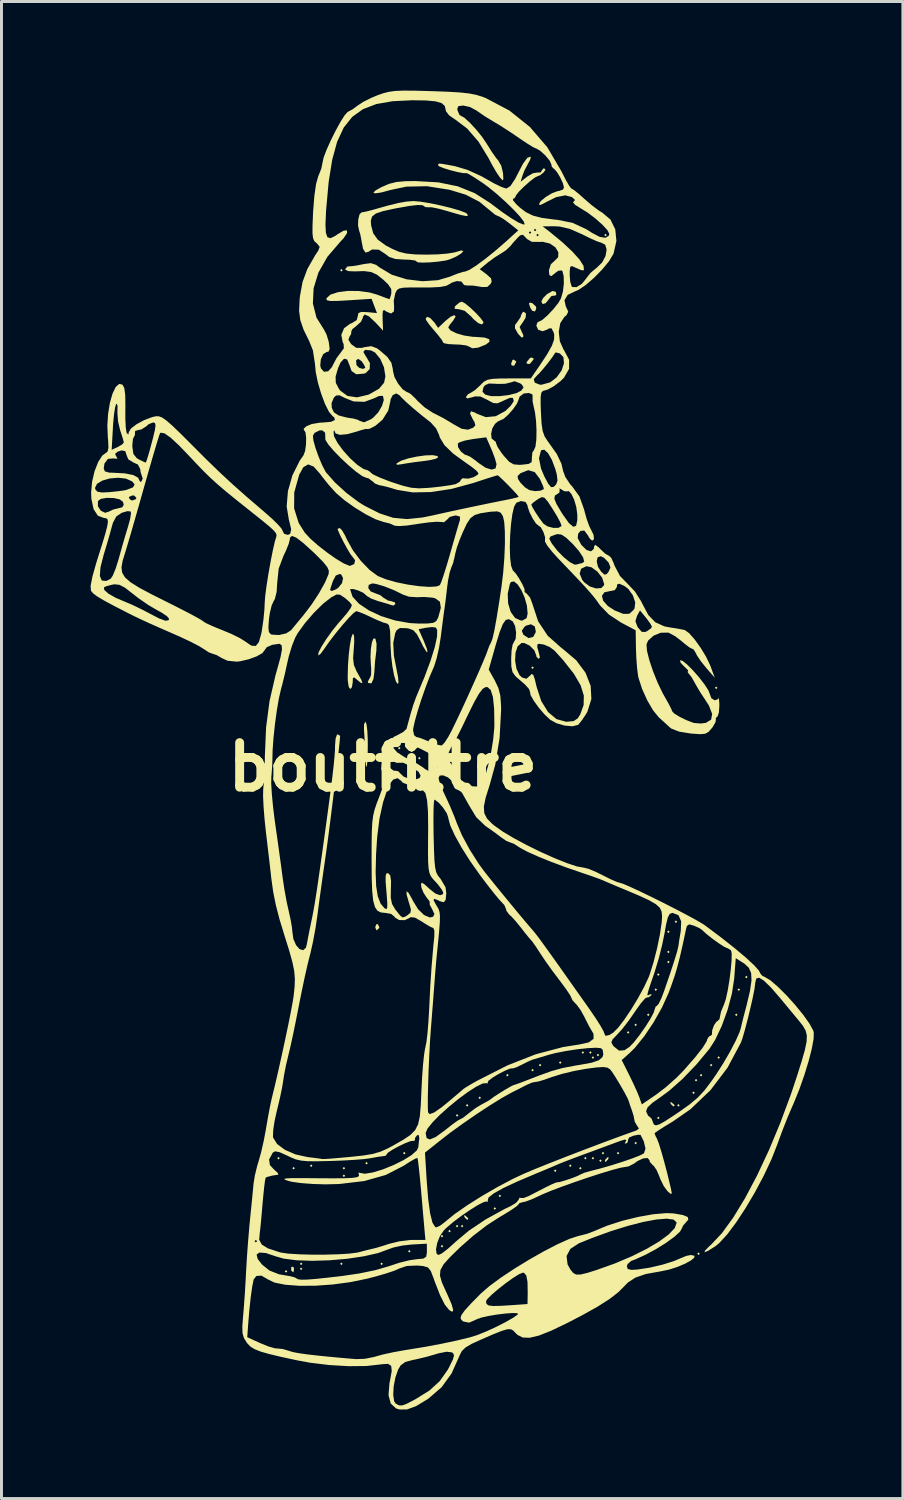
<source format=kicad_pcb>
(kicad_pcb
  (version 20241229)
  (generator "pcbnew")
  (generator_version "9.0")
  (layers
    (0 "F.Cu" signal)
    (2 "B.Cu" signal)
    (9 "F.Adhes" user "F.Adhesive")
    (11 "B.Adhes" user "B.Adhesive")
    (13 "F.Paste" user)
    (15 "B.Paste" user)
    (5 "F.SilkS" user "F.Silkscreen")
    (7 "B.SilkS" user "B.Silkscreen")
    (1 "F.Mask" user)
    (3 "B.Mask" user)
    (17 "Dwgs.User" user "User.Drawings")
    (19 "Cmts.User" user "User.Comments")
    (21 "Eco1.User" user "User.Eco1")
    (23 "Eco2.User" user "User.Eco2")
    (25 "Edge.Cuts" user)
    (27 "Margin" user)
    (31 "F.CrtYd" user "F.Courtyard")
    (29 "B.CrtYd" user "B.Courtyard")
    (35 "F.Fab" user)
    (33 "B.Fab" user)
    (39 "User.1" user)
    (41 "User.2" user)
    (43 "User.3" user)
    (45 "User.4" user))
  (footprint "boutfiltre"
    (layer "F.Cu")
    (at 9.838 22.769)
    (property "Reference" "boutfiltre" (at 0 0 0) (layer "F.SilkS") (effects (font (size 1.5 1.5) (thickness 0.3))))
    (attr board_only exclude_from_pos_files exclude_from_bom)
    (fp_poly (pts (xy -3.471 13.166) (xy -3.514 13.208) (xy -3.556 13.166) (xy -3.514 13.123)) (stroke (width 0) (type solid)) (fill yes) (layer "F.SilkS"))
    (fp_poly (pts (xy -3.217 16.976) (xy -3.26 17.018) (xy -3.302 16.976) (xy -3.26 16.933)) (stroke (width 0) (type solid)) (fill yes) (layer "F.SilkS"))
    (fp_poly (pts (xy -2.963 13.504) (xy -3.006 13.547) (xy -3.048 13.504) (xy -3.006 13.462)) (stroke (width 0) (type solid)) (fill yes) (layer "F.SilkS"))
    (fp_poly (pts (xy -2.709 16.722) (xy -2.752 16.764) (xy -2.794 16.722) (xy -2.752 16.679)) (stroke (width 0) (type solid)) (fill yes) (layer "F.SilkS"))
    (fp_poly (pts (xy -2.709 16.891) (xy -2.752 16.933) (xy -2.794 16.891) (xy -2.752 16.849)) (stroke (width 0) (type solid)) (fill yes) (layer "F.SilkS"))
    (fp_poly (pts (xy -2.371 13.42) (xy -2.413 13.462) (xy -2.455 13.42) (xy -2.413 13.377)) (stroke (width 0) (type solid)) (fill yes) (layer "F.SilkS"))
    (fp_poly (pts (xy -1.355 -16.722) (xy -1.397 -16.679) (xy -1.439 -16.722) (xy -1.397 -16.764)) (stroke (width 0) (type solid)) (fill yes) (layer "F.SilkS"))
    (fp_poly (pts (xy -1.355 16.722) (xy -1.397 16.764) (xy -1.439 16.722) (xy -1.397 16.679)) (stroke (width 0) (type solid)) (fill yes) (layer "F.SilkS"))
    (fp_poly (pts (xy -1.27 13.504) (xy -1.312 13.547) (xy -1.355 13.504) (xy -1.312 13.462)) (stroke (width 0) (type solid)) (fill yes) (layer "F.SilkS"))
    (fp_poly (pts (xy -1.27 13.758) (xy -1.312 13.801) (xy -1.355 13.758) (xy -1.312 13.716)) (stroke (width 0) (type solid)) (fill yes) (layer "F.SilkS"))
    (fp_poly (pts (xy -0.508 13.335) (xy -0.55 13.377) (xy -0.593 13.335) (xy -0.55 13.293)) (stroke (width 0) (type solid)) (fill yes) (layer "F.SilkS"))
    (fp_poly (pts (xy 0 16.722) (xy -0.042 16.764) (xy -0.085 16.722) (xy -0.042 16.679)) (stroke (width 0) (type solid)) (fill yes) (layer "F.SilkS"))
    (fp_poly (pts (xy 0.593 -0.635) (xy 0.55 -0.593) (xy 0.508 -0.635) (xy 0.55 -0.677)) (stroke (width 0) (type solid)) (fill yes) (layer "F.SilkS"))
    (fp_poly (pts (xy 0.762 12.996) (xy 0.72 13.039) (xy 0.677 12.996) (xy 0.72 12.954)) (stroke (width 0) (type solid)) (fill yes) (layer "F.SilkS"))
    (fp_poly (pts (xy 0.931 16.298) (xy 0.889 16.341) (xy 0.847 16.298) (xy 0.889 16.256)) (stroke (width 0) (type solid)) (fill yes) (layer "F.SilkS"))
    (fp_poly (pts (xy 1.016 -0.55) (xy 0.974 -0.508) (xy 0.931 -0.55) (xy 0.974 -0.593)) (stroke (width 0) (type solid)) (fill yes) (layer "F.SilkS"))
    (fp_poly (pts (xy 1.27 -0.296) (xy 1.228 -0.254) (xy 1.185 -0.296) (xy 1.228 -0.339)) (stroke (width 0) (type solid)) (fill yes) (layer "F.SilkS"))
    (fp_poly (pts (xy 2.032 15.79) (xy 1.99 15.833) (xy 1.947 15.79) (xy 1.99 15.748)) (stroke (width 0) (type solid)) (fill yes) (layer "F.SilkS"))
    (fp_poly (pts (xy 2.032 16.129) (xy 1.99 16.171) (xy 1.947 16.129) (xy 1.99 16.087)) (stroke (width 0) (type solid)) (fill yes) (layer "F.SilkS"))
    (fp_poly (pts (xy 2.286 15.621) (xy 2.244 15.663) (xy 2.201 15.621) (xy 2.244 15.579)) (stroke (width 0) (type solid)) (fill yes) (layer "F.SilkS"))
    (fp_poly (pts (xy 2.54 11.726) (xy 2.498 11.769) (xy 2.455 11.726) (xy 2.498 11.684)) (stroke (width 0) (type solid)) (fill yes) (layer "F.SilkS"))
    (fp_poly (pts (xy 2.54 15.452) (xy 2.498 15.494) (xy 2.455 15.452) (xy 2.498 15.409)) (stroke (width 0) (type solid)) (fill yes) (layer "F.SilkS"))
    (fp_poly (pts (xy 2.709 15.452) (xy 2.667 15.494) (xy 2.625 15.452) (xy 2.667 15.409)) (stroke (width 0) (type solid)) (fill yes) (layer "F.SilkS"))
    (fp_poly (pts (xy 2.879 11.388) (xy 2.836 11.43) (xy 2.794 11.388) (xy 2.836 11.345)) (stroke (width 0) (type solid)) (fill yes) (layer "F.SilkS"))
    (fp_poly (pts (xy 3.302 11.134) (xy 3.26 11.176) (xy 3.217 11.134) (xy 3.26 11.091)) (stroke (width 0) (type solid)) (fill yes) (layer "F.SilkS"))
    (fp_poly (pts (xy 3.81 14.859) (xy 3.768 14.901) (xy 3.725 14.859) (xy 3.768 14.817)) (stroke (width 0) (type solid)) (fill yes) (layer "F.SilkS"))
    (fp_poly (pts (xy 3.979 14.436) (xy 3.937 14.478) (xy 3.895 14.436) (xy 3.937 14.393)) (stroke (width 0) (type solid)) (fill yes) (layer "F.SilkS"))
    (fp_poly (pts (xy 4.233 10.372) (xy 4.191 10.414) (xy 4.149 10.372) (xy 4.191 10.329)) (stroke (width 0) (type solid)) (fill yes) (layer "F.SilkS"))
    (fp_poly (pts (xy 5.08 -3.344) (xy 5.038 -3.302) (xy 4.995 -3.344) (xy 5.038 -3.387)) (stroke (width 0) (type solid)) (fill yes) (layer "F.SilkS"))
    (fp_poly (pts (xy 5.08 10.202) (xy 5.038 10.245) (xy 4.995 10.202) (xy 5.038 10.16)) (stroke (width 0) (type solid)) (fill yes) (layer "F.SilkS"))
    (fp_poly (pts (xy 5.334 10.033) (xy 5.292 10.075) (xy 5.249 10.033) (xy 5.292 9.991)) (stroke (width 0) (type solid)) (fill yes) (layer "F.SilkS"))
    (fp_poly (pts (xy 5.842 13.589) (xy 5.8 13.631) (xy 5.757 13.589) (xy 5.8 13.547)) (stroke (width 0) (type solid)) (fill yes) (layer "F.SilkS"))
    (fp_poly (pts (xy 6.011 9.948) (xy 5.969 9.991) (xy 5.927 9.948) (xy 5.969 9.906)) (stroke (width 0) (type solid)) (fill yes) (layer "F.SilkS"))
    (fp_poly (pts (xy 6.35 13.42) (xy 6.308 13.462) (xy 6.265 13.42) (xy 6.308 13.377)) (stroke (width 0) (type solid)) (fill yes) (layer "F.SilkS"))
    (fp_poly (pts (xy 6.689 13.504) (xy 6.646 13.547) (xy 6.604 13.504) (xy 6.646 13.462)) (stroke (width 0) (type solid)) (fill yes) (layer "F.SilkS"))
    (fp_poly (pts (xy 6.773 9.61) (xy 6.731 9.652) (xy 6.689 9.61) (xy 6.731 9.567)) (stroke (width 0) (type solid)) (fill yes) (layer "F.SilkS"))
    (fp_poly (pts (xy 6.858 13.166) (xy 6.816 13.208) (xy 6.773 13.166) (xy 6.816 13.123)) (stroke (width 0) (type solid)) (fill yes) (layer "F.SilkS"))
    (fp_poly (pts (xy 7.027 9.61) (xy 6.985 9.652) (xy 6.943 9.61) (xy 6.985 9.567)) (stroke (width 0) (type solid)) (fill yes) (layer "F.SilkS"))
    (fp_poly (pts (xy 7.112 9.779) (xy 7.07 9.821) (xy 7.027 9.779) (xy 7.07 9.737)) (stroke (width 0) (type solid)) (fill yes) (layer "F.SilkS"))
    (fp_poly (pts (xy 7.112 13.166) (xy 7.07 13.208) (xy 7.027 13.166) (xy 7.07 13.123)) (stroke (width 0) (type solid)) (fill yes) (layer "F.SilkS"))
    (fp_poly (pts (xy 7.281 9.694) (xy 7.239 9.737) (xy 7.197 9.694) (xy 7.239 9.652)) (stroke (width 0) (type solid)) (fill yes) (layer "F.SilkS"))
    (fp_poly (pts (xy 7.366 13.25) (xy 7.324 13.293) (xy 7.281 13.25) (xy 7.324 13.208)) (stroke (width 0) (type solid)) (fill yes) (layer "F.SilkS"))
    (fp_poly (pts (xy 7.451 12.996) (xy 7.408 13.039) (xy 7.366 12.996) (xy 7.408 12.954)) (stroke (width 0) (type solid)) (fill yes) (layer "F.SilkS"))
    (fp_poly (pts (xy 7.535 -17.907) (xy 7.493 -17.865) (xy 7.451 -17.907) (xy 7.493 -17.949)) (stroke (width 0) (type solid)) (fill yes) (layer "F.SilkS"))
    (fp_poly (pts (xy 7.959 12.996) (xy 7.916 13.039) (xy 7.874 12.996) (xy 7.916 12.954)) (stroke (width 0) (type solid)) (fill yes) (layer "F.SilkS"))
    (fp_poly (pts (xy 8.297 8.932) (xy 8.255 8.975) (xy 8.213 8.932) (xy 8.255 8.89)) (stroke (width 0) (type solid)) (fill yes) (layer "F.SilkS"))
    (fp_poly (pts (xy 8.551 8.678) (xy 8.509 8.721) (xy 8.467 8.678) (xy 8.509 8.636)) (stroke (width 0) (type solid)) (fill yes) (layer "F.SilkS"))
    (fp_poly (pts (xy 8.551 12.658) (xy 8.509 12.7) (xy 8.467 12.658) (xy 8.509 12.615)) (stroke (width 0) (type solid)) (fill yes) (layer "F.SilkS"))
    (fp_poly (pts (xy 8.975 8.34) (xy 8.932 8.382) (xy 8.89 8.34) (xy 8.932 8.297)) (stroke (width 0) (type solid)) (fill yes) (layer "F.SilkS"))
    (fp_poly (pts (xy 9.229 7.493) (xy 9.186 7.535) (xy 9.144 7.493) (xy 9.186 7.451)) (stroke (width 0) (type solid)) (fill yes) (layer "F.SilkS"))
    (fp_poly (pts (xy 9.313 6.985) (xy 9.271 7.027) (xy 9.229 6.985) (xy 9.271 6.943)) (stroke (width 0) (type solid)) (fill yes) (layer "F.SilkS"))
    (fp_poly (pts (xy 9.313 11.811) (xy 9.271 11.853) (xy 9.229 11.811) (xy 9.271 11.769)) (stroke (width 0) (type solid)) (fill yes) (layer "F.SilkS"))
    (fp_poly (pts (xy 9.652 5.546) (xy 9.61 5.588) (xy 9.567 5.546) (xy 9.61 5.503)) (stroke (width 0) (type solid)) (fill yes) (layer "F.SilkS"))
    (fp_poly (pts (xy 9.652 6.223) (xy 9.61 6.265) (xy 9.567 6.223) (xy 9.61 6.181)) (stroke (width 0) (type solid)) (fill yes) (layer "F.SilkS"))
    (fp_poly (pts (xy 9.652 6.562) (xy 9.61 6.604) (xy 9.567 6.562) (xy 9.61 6.519)) (stroke (width 0) (type solid)) (fill yes) (layer "F.SilkS"))
    (fp_poly (pts (xy 9.906 5.207) (xy 9.864 5.249) (xy 9.821 5.207) (xy 9.864 5.165)) (stroke (width 0) (type solid)) (fill yes) (layer "F.SilkS"))
    (fp_poly (pts (xy 9.991 11.388) (xy 9.948 11.43) (xy 9.906 11.388) (xy 9.948 11.345)) (stroke (width 0) (type solid)) (fill yes) (layer "F.SilkS"))
    (fp_poly (pts (xy 10.499 10.964) (xy 10.456 11.007) (xy 10.414 10.964) (xy 10.456 10.922)) (stroke (width 0) (type solid)) (fill yes) (layer "F.SilkS"))
    (fp_poly (pts (xy 10.583 10.541) (xy 10.541 10.583) (xy 10.499 10.541) (xy 10.541 10.499)) (stroke (width 0) (type solid)) (fill yes) (layer "F.SilkS"))
    (fp_poly (pts (xy 10.668 16.383) (xy 10.626 16.425) (xy 10.583 16.383) (xy 10.626 16.341)) (stroke (width 0) (type solid)) (fill yes) (layer "F.SilkS"))
    (fp_poly (pts (xy 10.753 10.372) (xy 10.71 10.414) (xy 10.668 10.372) (xy 10.71 10.329)) (stroke (width 0) (type solid)) (fill yes) (layer "F.SilkS"))
    (fp_poly (pts (xy 11.091 10.033) (xy 11.049 10.075) (xy 11.007 10.033) (xy 11.049 9.991)) (stroke (width 0) (type solid)) (fill yes) (layer "F.SilkS"))
    (fp_poly (pts (xy 11.261 -2.667) (xy 11.218 -2.625) (xy 11.176 -2.667) (xy 11.218 -2.709)) (stroke (width 0) (type solid)) (fill yes) (layer "F.SilkS"))
    (fp_poly (pts (xy 11.345 9.779) (xy 11.303 9.821) (xy 11.261 9.779) (xy 11.303 9.737)) (stroke (width 0) (type solid)) (fill yes) (layer "F.SilkS"))
    (fp_poly (pts (xy 11.938 8.34) (xy 11.896 8.382) (xy 11.853 8.34) (xy 11.896 8.297)) (stroke (width 0) (type solid)) (fill yes) (layer "F.SilkS"))
    (fp_poly (pts (xy 12.023 7.493) (xy 11.98 7.535) (xy 11.938 7.493) (xy 11.98 7.451)) (stroke (width 0) (type solid)) (fill yes) (layer "F.SilkS"))
    (fp_poly (pts (xy 12.277 7.07) (xy 12.234 7.112) (xy 12.192 7.07) (xy 12.234 7.027)) (stroke (width 0) (type solid)) (fill yes) (layer "F.SilkS"))
    (fp_poly (pts (xy -3 16.841) (xy -2.992 16.895) (xy -3.01 17.01) (xy -3.071 16.963) (xy -3.087 16.939) (xy -3.082 16.832) (xy -3.063 16.816)) (stroke (width 0) (type solid)) (fill yes) (layer "F.SilkS"))
    (fp_poly (pts (xy -0.168 5.293) (xy -0.119 5.394) (xy -0.131 5.425) (xy -0.212 5.5) (xy -0.252 5.414) (xy -0.254 5.371) (xy -0.212 5.284)) (stroke (width 0) (type solid)) (fill yes) (layer "F.SilkS"))
    (fp_poly (pts (xy 2.781 15.105) (xy 2.872 15.19) (xy 2.853 15.239) (xy 2.841 15.24) (xy 2.77 15.18) (xy 2.744 15.142) (xy 2.734 15.084)) (stroke (width 0) (type solid)) (fill yes) (layer "F.SilkS"))
    (fp_poly (pts (xy 9.724 11.295) (xy 9.814 11.374) (xy 9.821 11.393) (xy 9.781 11.427) (xy 9.697 11.349) (xy 9.686 11.332) (xy 9.676 11.274)) (stroke (width 0) (type solid)) (fill yes) (layer "F.SilkS"))
    (fp_poly (pts (xy 4.485 -13.655) (xy 4.487 -13.636) (xy 4.426 -13.522) (xy 4.403 -13.504) (xy 4.33 -13.524) (xy 4.318 -13.584) (xy 4.362 -13.7) (xy 4.403 -13.716)) (stroke (width 0) (type solid)) (fill yes) (layer "F.SilkS"))
    (fp_poly (pts (xy 5.038 -15.609) (xy 5.15 -15.503) (xy 5.165 -15.443) (xy 5.121 -15.336) (xy 5.03 -15.355) (xy 4.962 -15.459) (xy 4.916 -15.606) (xy 4.958 -15.635)) (stroke (width 0) (type solid)) (fill yes) (layer "F.SilkS"))
    (fp_poly (pts (xy 5.069 -13.762) (xy 5.064 -13.711) (xy 4.957 -13.582) (xy 4.916 -13.563) (xy 4.837 -13.586) (xy 4.842 -13.637) (xy 4.949 -13.765) (xy 4.99 -13.785)) (stroke (width 0) (type solid)) (fill yes) (layer "F.SilkS"))
    (fp_poly (pts (xy 7.593 13.178) (xy 7.578 13.208) (xy 7.498 13.289) (xy 7.483 13.293) (xy 7.477 13.238) (xy 7.493 13.208) (xy 7.573 13.127) (xy 7.588 13.123)) (stroke (width 0) (type solid)) (fill yes) (layer "F.SilkS"))
    (fp_poly (pts (xy 5.819 -15.998) (xy 5.842 -15.907) (xy 5.79 -15.86) (xy 5.762 -15.872) (xy 5.666 -15.848) (xy 5.589 -15.75) (xy 5.48 -15.615) (xy 5.379 -15.583) (xy 5.334 -15.669) (xy 5.334 -15.671) (xy 5.394 -15.787) (xy 5.524 -15.917) (xy 5.708 -16.024)) (stroke (width 0) (type solid)) (fill yes) (layer "F.SilkS"))
    (fp_poly (pts (xy 1.831 -10.47) (xy 1.863 -10.429) (xy 1.786 -10.38) (xy 1.588 -10.331) (xy 1.376 -10.3) (xy 1.056 -10.261) (xy 0.764 -10.217) (xy 0.635 -10.193) (xy 0.469 -10.173) (xy 0.459 -10.217) (xy 0.466 -10.224) (xy 0.616 -10.312) (xy 0.858 -10.39) (xy 1.145 -10.451) (xy 1.432 -10.49) (xy 1.676 -10.498)) (stroke (width 0) (type solid)) (fill yes) (layer "F.SilkS"))
    (fp_poly (pts (xy -0.552 -1.446) (xy -0.525 -1.236) (xy -0.51 -0.932) (xy -0.508 -0.762) (xy -0.512 -0.426) (xy -0.524 -0.166) (xy -0.541 -0.019) (xy -0.55 0) (xy -0.574 -0.077) (xy -0.593 -0.276) (xy -0.6 -0.487) (xy -0.609 -0.813) (xy -0.625 -1.116) (xy -0.636 -1.249) (xy -0.634 -1.435) (xy -0.593 -1.523) (xy -0.586 -1.524)) (stroke (width 0) (type solid)) (fill yes) (layer "F.SilkS"))
    (fp_poly (pts (xy 2.767 -15.607) (xy 2.938 -15.467) (xy 3.127 -15.287) (xy 3.29 -15.111) (xy 3.38 -14.984) (xy 3.387 -14.961) (xy 3.337 -14.898) (xy 3.212 -14.942) (xy 3.053 -15.074) (xy 2.978 -15.16) (xy 2.752 -15.358) (xy 2.566 -15.409) (xy 2.42 -15.424) (xy 2.419 -15.488) (xy 2.455 -15.536) (xy 2.59 -15.643) (xy 2.66 -15.663)) (stroke (width 0) (type solid)) (fill yes) (layer "F.SilkS"))
    (fp_poly (pts (xy 4.818 -15.265) (xy 4.805 -15.127) (xy 4.71 -14.968) (xy 4.691 -14.947) (xy 4.603 -14.814) (xy 4.656 -14.69) (xy 4.727 -14.539) (xy 4.724 -14.469) (xy 4.664 -14.462) (xy 4.558 -14.575) (xy 4.54 -14.601) (xy 4.445 -14.77) (xy 4.448 -14.88) (xy 4.523 -14.979) (xy 4.629 -15.134) (xy 4.657 -15.226) (xy 4.713 -15.319) (xy 4.741 -15.325)) (stroke (width 0) (type solid)) (fill yes) (layer "F.SilkS"))
    (fp_poly (pts (xy -0.25 -4.312) (xy -0.213 -4.154) (xy -0.219 -3.917) (xy -0.226 -3.866) (xy -0.264 -3.551) (xy -0.286 -3.221) (xy -0.287 -3.196) (xy -0.317 -2.967) (xy -0.38 -2.83) (xy -0.402 -2.815) (xy -0.498 -2.833) (xy -0.508 -2.867) (xy -0.447 -2.99) (xy -0.434 -2.999) (xy -0.397 -3.104) (xy -0.393 -3.314) (xy -0.402 -3.422) (xy -0.417 -3.707) (xy -0.404 -3.977) (xy -0.37 -4.195) (xy -0.319 -4.324) (xy -0.26 -4.326)) (stroke (width 0) (type solid)) (fill yes) (layer "F.SilkS"))
    (fp_poly (pts (xy -0.97 -4.411) (xy -0.964 -4.213) (xy -0.98 -3.981) (xy -1.002 -3.662) (xy -0.976 -3.437) (xy -0.891 -3.234) (xy -0.856 -3.172) (xy -0.723 -2.931) (xy -0.687 -2.822) (xy -0.75 -2.84) (xy -0.847 -2.921) (xy -0.969 -3.02) (xy -1.011 -2.986) (xy -1.016 -2.849) (xy -1.043 -2.684) (xy -1.101 -2.625) (xy -1.15 -2.701) (xy -1.18 -2.894) (xy -1.185 -3.036) (xy -1.175 -3.411) (xy -1.149 -3.78) (xy -1.11 -4.106) (xy -1.065 -4.352) (xy -1.017 -4.478) (xy -1.002 -4.487)) (stroke (width 0) (type solid)) (fill yes) (layer "F.SilkS"))
    (fp_poly (pts (xy 2.448 -15.165) (xy 2.371 -15.035) (xy 2.342 -15.001) (xy 2.234 -14.862) (xy 2.201 -14.791) (xy 2.277 -14.696) (xy 2.473 -14.601) (xy 2.738 -14.524) (xy 3.024 -14.482) (xy 3.123 -14.478) (xy 3.421 -14.457) (xy 3.579 -14.4) (xy 3.589 -14.314) (xy 3.468 -14.222) (xy 3.209 -14.117) (xy 3.008 -14.096) (xy 2.918 -14.145) (xy 2.811 -14.191) (xy 2.595 -14.219) (xy 2.45 -14.224) (xy 2.21 -14.236) (xy 2.059 -14.265) (xy 2.032 -14.287) (xy 1.98 -14.382) (xy 1.847 -14.554) (xy 1.736 -14.684) (xy 1.568 -14.884) (xy 1.461 -15.036) (xy 1.439 -15.086) (xy 1.486 -15.156) (xy 1.596 -15.111) (xy 1.729 -14.97) (xy 1.73 -14.969) (xy 1.86 -14.783) (xy 2.115 -15.026) (xy 2.29 -15.164) (xy 2.411 -15.21)) (stroke (width 0) (type solid)) (fill yes) (layer "F.SilkS"))
    (fp_poly (pts (xy 1.275 -19.03) (xy 1.592 -18.978) (xy 1.947 -18.903) (xy 2.294 -18.818) (xy 2.587 -18.733) (xy 2.781 -18.658) (xy 2.825 -18.63) (xy 2.868 -18.563) (xy 2.803 -18.547) (xy 2.614 -18.585) (xy 2.286 -18.679) (xy 2.166 -18.715) (xy 1.875 -18.795) (xy 1.647 -18.841) (xy 1.529 -18.842) (xy 1.528 -18.841) (xy 1.421 -18.85) (xy 1.404 -18.869) (xy 1.331 -18.912) (xy 1.172 -18.919) (xy 0.902 -18.888) (xy 0.497 -18.817) (xy 0.381 -18.795) (xy 0.002 -18.712) (xy -0.238 -18.63) (xy -0.364 -18.53) (xy -0.406 -18.391) (xy -0.396 -18.234) (xy -0.324 -17.964) (xy -0.17 -17.75) (xy 0.099 -17.556) (xy 0.306 -17.446) (xy 0.54 -17.345) (xy 0.784 -17.285) (xy 1.091 -17.255) (xy 1.471 -17.248) (xy 1.845 -17.257) (xy 2.179 -17.284) (xy 2.42 -17.324) (xy 2.477 -17.341) (xy 2.639 -17.389) (xy 2.709 -17.37) (xy 2.709 -17.368) (xy 2.639 -17.288) (xy 2.471 -17.185) (xy 2.264 -17.093) (xy 2.117 -17.05) (xy 1.86 -17.012) (xy 1.587 -16.988) (xy 1.345 -16.979) (xy 1.181 -16.988) (xy 1.14 -17.013) (xy 1.088 -17.05) (xy 0.91 -17.075) (xy 0.729 -17.081) (xy 0.416 -17.101) (xy 0.21 -17.171) (xy 0.095 -17.261) (xy -0.137 -17.414) (xy -0.361 -17.422) (xy -0.488 -17.343) (xy -0.588 -17.318) (xy -0.668 -17.446) (xy -0.719 -17.708) (xy -0.721 -17.729) (xy -0.764 -17.948) (xy -0.798 -18.048) (xy -0.836 -18.229) (xy -0.828 -18.437) (xy -0.785 -18.606) (xy -0.72 -18.669) (xy -0.59 -18.692) (xy -0.371 -18.747) (xy -0.296 -18.768) (xy 0.179 -18.902) (xy 0.532 -18.988) (xy 0.8 -19.035) (xy 1.023 -19.05) (xy 1.042 -19.05)) (stroke (width 0) (type solid)) (fill yes) (layer "F.SilkS"))
    (fp_poly (pts (xy 1.046 -22.767) (xy 1.538 -22.754) (xy 1.651 -22.751) (xy 2.189 -22.731) (xy 2.593 -22.707) (xy 2.897 -22.674) (xy 3.135 -22.628) (xy 3.342 -22.565) (xy 3.471 -22.514) (xy 4.261 -22.096) (xy 4.952 -21.542) (xy 5.537 -20.859) (xy 6.011 -20.051) (xy 6.016 -20.041) (xy 6.154 -19.767) (xy 6.27 -19.566) (xy 6.341 -19.475) (xy 6.347 -19.473) (xy 6.436 -19.42) (xy 6.607 -19.282) (xy 6.78 -19.127) (xy 7.026 -18.915) (xy 7.263 -18.736) (xy 7.386 -18.66) (xy 7.661 -18.428) (xy 7.822 -18.099) (xy 7.861 -17.709) (xy 7.767 -17.294) (xy 7.753 -17.261) (xy 7.611 -17.025) (xy 7.382 -16.747) (xy 7.107 -16.467) (xy 6.826 -16.224) (xy 6.581 -16.059) (xy 6.478 -16.016) (xy 6.222 -15.894) (xy 6.112 -15.715) (xy 6.158 -15.499) (xy 6.171 -15.478) (xy 6.239 -15.329) (xy 6.187 -15.217) (xy 6.107 -15.147) (xy 5.97 -14.939) (xy 5.92 -14.646) (xy 5.957 -14.331) (xy 6.081 -14.053) (xy 6.102 -14.024) (xy 6.269 -13.708) (xy 6.267 -13.401) (xy 6.097 -13.106) (xy 5.974 -12.985) (xy 5.749 -12.816) (xy 5.545 -12.705) (xy 5.474 -12.684) (xy 5.386 -12.661) (xy 5.334 -12.599) (xy 5.311 -12.465) (xy 5.31 -12.223) (xy 5.32 -11.938) (xy 5.341 -11.568) (xy 5.377 -11.317) (xy 5.441 -11.134) (xy 5.546 -10.969) (xy 5.582 -10.922) (xy 5.855 -10.535) (xy 6.011 -10.208) (xy 6.066 -9.968) (xy 6.141 -9.764) (xy 6.298 -9.528) (xy 6.377 -9.439) (xy 6.617 -9.107) (xy 6.77 -8.677) (xy 6.775 -8.658) (xy 6.856 -8.362) (xy 6.945 -8.113) (xy 7 -8.003) (xy 7.092 -7.816) (xy 7.106 -7.67) (xy 7.047 -7.62) (xy 6.966 -7.687) (xy 6.899 -7.801) (xy 6.781 -7.959) (xy 6.654 -7.949) (xy 6.574 -7.856) (xy 6.557 -7.706) (xy 6.672 -7.492) (xy 6.687 -7.471) (xy 6.855 -7.306) (xy 7.004 -7.26) (xy 7.097 -7.337) (xy 7.112 -7.43) (xy 7.147 -7.481) (xy 7.26 -7.398) (xy 7.32 -7.336) (xy 7.479 -7.187) (xy 7.601 -7.114) (xy 7.613 -7.112) (xy 7.688 -7.039) (xy 7.772 -6.856) (xy 7.798 -6.778) (xy 7.982 -6.43) (xy 8.224 -6.182) (xy 8.483 -5.91) (xy 8.696 -5.574) (xy 8.727 -5.508) (xy 8.932 -5.121) (xy 9.17 -4.873) (xy 9.473 -4.736) (xy 9.652 -4.701) (xy 9.914 -4.66) (xy 10.118 -4.621) (xy 10.164 -4.61) (xy 10.307 -4.508) (xy 10.494 -4.296) (xy 10.695 -4.016) (xy 10.88 -3.711) (xy 11.018 -3.422) (xy 11.031 -3.387) (xy 11.171 -3.006) (xy 10.878 -3.344) (xy 10.7 -3.566) (xy 10.572 -3.758) (xy 10.536 -3.831) (xy 10.461 -3.956) (xy 10.414 -3.979) (xy 10.311 -4.032) (xy 10.14 -4.164) (xy 10.068 -4.227) (xy 9.85 -4.396) (xy 9.643 -4.51) (xy 9.597 -4.525) (xy 9.353 -4.521) (xy 9.109 -4.42) (xy 8.928 -4.256) (xy 8.873 -4.128) (xy 8.889 -3.918) (xy 8.967 -3.604) (xy 9.092 -3.229) (xy 9.248 -2.841) (xy 9.419 -2.484) (xy 9.487 -2.364) (xy 9.622 -2.125) (xy 9.713 -1.945) (xy 9.737 -1.878) (xy 9.807 -1.802) (xy 9.982 -1.694) (xy 10.209 -1.582) (xy 10.435 -1.495) (xy 10.47 -1.484) (xy 10.697 -1.465) (xy 10.872 -1.487) (xy 11.049 -1.595) (xy 11.083 -1.79) (xy 10.975 -2.069) (xy 10.858 -2.252) (xy 10.685 -2.514) (xy 10.534 -2.769) (xy 10.498 -2.836) (xy 10.387 -3.03) (xy 10.291 -3.15) (xy 10.287 -3.153) (xy 10.252 -3.21) (xy 10.275 -3.216) (xy 10.27 -3.261) (xy 10.16 -3.37) (xy 10.148 -3.379) (xy 10.024 -3.508) (xy 10.001 -3.594) (xy 10.002 -3.595) (xy 10.088 -3.574) (xy 10.243 -3.449) (xy 10.437 -3.254) (xy 10.64 -3.023) (xy 10.822 -2.789) (xy 10.954 -2.587) (xy 11.007 -2.451) (xy 11.007 -2.449) (xy 11.058 -2.315) (xy 11.168 -2.247) (xy 11.269 -2.278) (xy 11.288 -2.312) (xy 11.311 -2.301) (xy 11.324 -2.157) (xy 11.326 -2.053) (xy 11.309 -1.833) (xy 11.267 -1.706) (xy 11.246 -1.693) (xy 11.202 -1.642) (xy 11.212 -1.619) (xy 11.196 -1.509) (xy 11.096 -1.338) (xy 11.075 -1.311) (xy 10.964 -1.185) (xy 10.85 -1.121) (xy 10.679 -1.106) (xy 10.398 -1.125) (xy 10.36 -1.129) (xy 9.975 -1.191) (xy 9.715 -1.292) (xy 9.664 -1.33) (xy 9.479 -1.5) (xy 9.29 -1.671) (xy 9.097 -1.906) (xy 8.898 -2.246) (xy 8.725 -2.63) (xy 8.606 -2.997) (xy 8.588 -3.082) (xy 8.555 -3.342) (xy 8.53 -3.691) (xy 8.518 -4.008) (xy 8.509 -4.604) (xy 8.018 -4.863) (xy 7.945 -4.911) (xy 8.5 -4.911) (xy 8.563 -4.736) (xy 8.591 -4.692) (xy 8.711 -4.552) (xy 8.832 -4.545) (xy 8.893 -4.574) (xy 9.024 -4.668) (xy 9.056 -4.723) (xy 9.005 -4.823) (xy 8.884 -4.991) (xy 8.854 -5.028) (xy 8.654 -5.272) (xy 8.554 -5.086) (xy 8.5 -4.911) (xy 7.945 -4.911) (xy 7.607 -5.134) (xy 7.31 -5.441) (xy 7.296 -5.461) (xy 7.199 -5.599) (xy 7.095 -5.734) (xy 7.072 -5.762) (xy 7.373 -5.762) (xy 7.415 -5.598) (xy 7.575 -5.418) (xy 7.802 -5.272) (xy 8.093 -5.155) (xy 8.293 -5.158) (xy 8.437 -5.285) (xy 8.472 -5.343) (xy 8.494 -5.543) (xy 8.414 -5.782) (xy 8.259 -5.997) (xy 8.133 -6.093) (xy 7.959 -6.171) (xy 7.886 -6.146) (xy 7.874 -6.054) (xy 7.801 -5.951) (xy 7.667 -5.927) (xy 7.455 -5.881) (xy 7.373 -5.762) (xy 7.072 -5.762) (xy 6.966 -5.887) (xy 6.793 -6.081) (xy 6.555 -6.336) (xy 6.389 -6.51) (xy 6.624 -6.51) (xy 6.711 -6.3) (xy 6.78 -6.215) (xy 6.969 -6.077) (xy 7.175 -6.012) (xy 7.35 -6.024) (xy 7.443 -6.118) (xy 7.448 -6.16) (xy 7.38 -6.374) (xy 7.22 -6.579) (xy 7.02 -6.724) (xy 6.85 -6.76) (xy 6.672 -6.674) (xy 6.624 -6.51) (xy 6.389 -6.51) (xy 6.233 -6.674) (xy 5.915 -7.006) (xy 5.692 -7.252) (xy 5.531 -7.457) (xy 5.457 -7.588) (xy 5.457 -7.613) (xy 5.459 -7.685) (xy 5.601 -7.685) (xy 5.675 -7.543) (xy 5.692 -7.517) (xy 5.872 -7.283) (xy 6.085 -7.065) (xy 6.292 -6.898) (xy 6.452 -6.814) (xy 6.502 -6.814) (xy 6.658 -6.855) (xy 6.696 -6.858) (xy 6.776 -6.911) (xy 6.773 -6.923) (xy 7.197 -6.923) (xy 7.241 -6.74) (xy 7.342 -6.584) (xy 7.456 -6.476) (xy 7.534 -6.495) (xy 7.596 -6.572) (xy 7.661 -6.718) (xy 7.602 -6.874) (xy 7.588 -6.895) (xy 7.445 -7.042) (xy 7.335 -7.097) (xy 7.228 -7.059) (xy 7.197 -6.923) (xy 6.773 -6.923) (xy 6.741 -7.056) (xy 6.599 -7.272) (xy 6.397 -7.502) (xy 6.172 -7.718) (xy 6.013 -7.823) (xy 5.881 -7.841) (xy 5.826 -7.828) (xy 5.643 -7.762) (xy 5.601 -7.685) (xy 5.459 -7.685) (xy 5.46 -7.738) (xy 5.402 -7.915) (xy 5.315 -8.07) (xy 5.238 -8.128) (xy 5.153 -8.197) (xy 5.043 -8.365) (xy 4.939 -8.57) (xy 4.876 -8.752) (xy 4.869 -8.804) (xy 4.852 -8.835) (xy 4.995 -8.835) (xy 5.039 -8.736) (xy 5.146 -8.558) (xy 5.28 -8.358) (xy 5.404 -8.194) (xy 5.405 -8.191) (xy 5.545 -8.099) (xy 5.734 -8.05) (xy 5.909 -8.051) (xy 6.007 -8.108) (xy 6.011 -8.132) (xy 5.968 -8.245) (xy 5.857 -8.452) (xy 5.715 -8.684) (xy 5.553 -8.932) (xy 5.468 -9.033) (xy 5.772 -9.033) (xy 5.84 -8.86) (xy 6.001 -8.587) (xy 6.057 -8.499) (xy 6.261 -8.213) (xy 6.41 -8.087) (xy 6.504 -8.12) (xy 6.545 -8.311) (xy 6.544 -8.504) (xy 6.509 -8.759) (xy 6.436 -9.003) (xy 6.345 -9.194) (xy 6.254 -9.29) (xy 6.203 -9.279) (xy 6.107 -9.284) (xy 6.024 -9.335) (xy 5.939 -9.387) (xy 5.952 -9.343) (xy 5.94 -9.236) (xy 5.884 -9.198) (xy 5.789 -9.136) (xy 5.772 -9.033) (xy 5.468 -9.033) (xy 5.447 -9.059) (xy 5.36 -9.088) (xy 5.259 -9.043) (xy 5.207 -9.009) (xy 5.057 -8.9) (xy 4.995 -8.835) (xy 4.852 -8.835) (xy 4.802 -8.923) (xy 4.646 -8.953) (xy 4.494 -8.897) (xy 4.419 -8.768) (xy 4.358 -8.514) (xy 4.312 -8.173) (xy 4.283 -7.788) (xy 4.273 -7.399) (xy 4.283 -7.047) (xy 4.316 -6.774) (xy 4.374 -6.62) (xy 4.387 -6.608) (xy 4.479 -6.507) (xy 4.592 -6.336) (xy 4.698 -6.147) (xy 4.767 -5.993) (xy 4.771 -5.924) (xy 4.769 -5.924) (xy 4.77 -5.889) (xy 4.841 -5.839) (xy 4.955 -5.702) (xy 5.036 -5.487) (xy 5.037 -5.482) (xy 5.226 -4.906) (xy 5.548 -4.42) (xy 6.017 -4.004) (xy 6.053 -3.979) (xy 6.505 -3.597) (xy 6.821 -3.175) (xy 6.994 -2.733) (xy 7.018 -2.29) (xy 6.885 -1.865) (xy 6.841 -1.788) (xy 6.704 -1.581) (xy 6.59 -1.439) (xy 6.566 -1.418) (xy 6.384 -1.372) (xy 6.12 -1.395) (xy 5.844 -1.475) (xy 5.634 -1.591) (xy 5.445 -1.768) (xy 5.252 -1.992) (xy 5.085 -2.223) (xy 4.974 -2.417) (xy 4.95 -2.534) (xy 4.952 -2.538) (xy 4.918 -2.629) (xy 4.782 -2.78) (xy 4.658 -2.887) (xy 4.465 -3.054) (xy 4.364 -3.196) (xy 4.324 -3.38) (xy 4.32 -3.576) (xy 4.451 -3.576) (xy 4.497 -3.307) (xy 4.6 -3.092) (xy 4.685 -3.014) (xy 4.829 -2.971) (xy 4.947 -3.07) (xy 5.011 -3.134) (xy 5.062 -3.102) (xy 5.115 -2.95) (xy 5.173 -2.704) (xy 5.331 -2.221) (xy 5.56 -1.852) (xy 5.844 -1.613) (xy 6.167 -1.524) (xy 6.185 -1.524) (xy 6.419 -1.546) (xy 6.558 -1.637) (xy 6.644 -1.774) (xy 6.757 -2.086) (xy 6.764 -2.405) (xy 6.657 -2.75) (xy 6.43 -3.139) (xy 6.074 -3.591) (xy 5.778 -3.919) (xy 5.616 -4.039) (xy 5.417 -4.124) (xy 5.252 -4.148) (xy 5.201 -4.128) (xy 5.198 -4.029) (xy 5.245 -3.864) (xy 5.286 -3.69) (xy 5.247 -3.641) (xy 5.171 -3.708) (xy 5.165 -3.752) (xy 5.098 -3.928) (xy 4.941 -4.087) (xy 4.756 -4.176) (xy 4.668 -4.176) (xy 4.536 -4.064) (xy 4.464 -3.846) (xy 4.451 -3.576) (xy 4.32 -3.576) (xy 4.318 -3.65) (xy 4.332 -3.923) (xy 4.367 -4.122) (xy 4.403 -4.191) (xy 4.47 -4.317) (xy 4.484 -4.528) (xy 4.475 -4.588) (xy 4.676 -4.588) (xy 4.724 -4.466) (xy 4.741 -4.446) (xy 4.906 -4.34) (xy 5.061 -4.379) (xy 5.149 -4.547) (xy 5.149 -4.552) (xy 5.115 -4.73) (xy 4.985 -4.806) (xy 4.815 -4.758) (xy 4.763 -4.715) (xy 4.676 -4.588) (xy 4.475 -4.588) (xy 4.45 -4.747) (xy 4.371 -4.902) (xy 4.363 -4.908) (xy 4.242 -4.978) (xy 4.137 -4.952) (xy 4.038 -4.813) (xy 3.931 -4.543) (xy 3.803 -4.126) (xy 3.799 -4.112) (xy 3.563 -3.28) (xy 3.771 -2.907) (xy 3.889 -2.657) (xy 3.954 -2.398) (xy 3.978 -2.065) (xy 3.979 -1.908) (xy 3.929 -0.982) (xy 3.784 -0.085) (xy 3.594 0.605) (xy 3.461 1.026) (xy 3.399 1.329) (xy 3.413 1.553) (xy 3.506 1.736) (xy 3.683 1.915) (xy 3.747 1.967) (xy 4.027 2.167) (xy 4.404 2.392) (xy 4.843 2.628) (xy 5.309 2.857) (xy 5.769 3.063) (xy 6.187 3.231) (xy 6.529 3.345) (xy 6.761 3.387) (xy 6.764 3.387) (xy 6.917 3.425) (xy 7.161 3.525) (xy 7.395 3.641) (xy 7.658 3.773) (xy 7.869 3.865) (xy 7.97 3.895) (xy 8.089 3.932) (xy 8.326 4.034) (xy 8.653 4.185) (xy 9.038 4.371) (xy 9.451 4.576) (xy 9.861 4.785) (xy 10.239 4.983) (xy 10.554 5.155) (xy 10.775 5.285) (xy 10.837 5.326) (xy 11.374 5.728) (xy 11.839 6.095) (xy 12.218 6.414) (xy 12.497 6.672) (xy 12.661 6.857) (xy 12.7 6.941) (xy 12.769 7.026) (xy 12.848 7.063) (xy 13.038 7.175) (xy 13.292 7.392) (xy 13.582 7.68) (xy 13.876 8.006) (xy 14.145 8.336) (xy 14.358 8.635) (xy 14.485 8.869) (xy 14.504 8.932) (xy 14.499 9.147) (xy 14.438 9.481) (xy 14.331 9.899) (xy 14.188 10.364) (xy 14.021 10.841) (xy 13.838 11.294) (xy 13.787 11.41) (xy 13.63 11.775) (xy 13.456 12.214) (xy 13.298 12.642) (xy 13.278 12.7) (xy 13.078 13.208) (xy 12.821 13.755) (xy 12.525 14.311) (xy 12.209 14.846) (xy 11.89 15.331) (xy 11.588 15.735) (xy 11.319 16.027) (xy 11.193 16.13) (xy 10.951 16.282) (xy 10.831 16.333) (xy 10.838 16.284) (xy 10.979 16.138) (xy 11.053 16.072) (xy 11.411 15.692) (xy 11.794 15.165) (xy 12.192 14.511) (xy 12.595 13.749) (xy 12.994 12.898) (xy 13.377 11.979) (xy 13.737 11.01) (xy 13.93 10.431) (xy 14.093 9.915) (xy 14.203 9.531) (xy 14.262 9.248) (xy 14.27 9.037) (xy 14.229 8.868) (xy 14.139 8.712) (xy 14.007 8.544) (xy 13.76 8.246) (xy 13.493 7.924) (xy 13.389 7.797) (xy 13.066 7.424) (xy 12.826 7.19) (xy 12.662 7.09) (xy 12.566 7.122) (xy 12.53 7.28) (xy 12.529 7.307) (xy 12.508 7.473) (xy 12.452 7.755) (xy 12.372 8.107) (xy 12.281 8.483) (xy 12.189 8.835) (xy 12.108 9.117) (xy 12.054 9.271) (xy 11.601 10.12) (xy 11.027 10.877) (xy 10.353 11.519) (xy 9.758 11.932) (xy 9.479 12.101) (xy 9.266 12.237) (xy 9.153 12.318) (xy 9.144 12.33) (xy 9.18 12.422) (xy 9.226 12.511) (xy 9.286 12.663) (xy 9.372 12.94) (xy 9.474 13.302) (xy 9.58 13.707) (xy 9.678 14.117) (xy 9.693 14.179) (xy 9.725 14.348) (xy 9.695 14.373) (xy 9.587 14.284) (xy 9.457 14.11) (xy 9.335 13.86) (xy 9.31 13.79) (xy 9.215 13.567) (xy 9.115 13.422) (xy 9.085 13.402) (xy 8.985 13.29) (xy 8.975 13.236) (xy 8.913 13.162) (xy 8.762 13.174) (xy 8.571 13.263) (xy 8.46 13.345) (xy 8.267 13.444) (xy 8.155 13.462) (xy 7.991 13.49) (xy 7.704 13.567) (xy 7.329 13.68) (xy 6.902 13.819) (xy 6.456 13.971) (xy 6.028 14.124) (xy 5.652 14.266) (xy 5.364 14.387) (xy 5.279 14.427) (xy 5.017 14.548) (xy 4.801 14.628) (xy 4.708 14.647) (xy 4.59 14.682) (xy 4.572 14.715) (xy 4.503 14.784) (xy 4.319 14.912) (xy 4.054 15.076) (xy 3.916 15.156) (xy 3.499 15.426) (xy 3.039 15.779) (xy 2.601 16.165) (xy 2.563 16.201) (xy 2.246 16.511) (xy 2.041 16.742) (xy 1.936 16.933) (xy 1.922 17.123) (xy 1.989 17.353) (xy 2.127 17.661) (xy 2.167 17.746) (xy 2.314 18.085) (xy 2.369 18.282) (xy 2.332 18.338) (xy 2.231 18.277) (xy 2.085 18.096) (xy 1.923 17.775) (xy 1.739 17.302) (xy 1.699 17.187) (xy 1.61 16.958) (xy 1.514 16.843) (xy 1.352 16.796) (xy 1.157 16.78) (xy 0.805 16.794) (xy 0.558 16.878) (xy 0.4 16.949) (xy 0.12 17.043) (xy -0.239 17.147) (xy -0.533 17.223) (xy -1.102 17.34) (xy -1.693 17.418) (xy -2.273 17.459) (xy -2.812 17.462) (xy -3.28 17.427) (xy -3.646 17.354) (xy -3.879 17.243) (xy -3.889 17.235) (xy -4.089 17.119) (xy -4.259 17.131) (xy -4.35 17.251) (xy -4.398 17.486) (xy -4.449 17.849) (xy -4.497 18.302) (xy -4.528 18.676) (xy -4.566 19.192) (xy -4.124 19.393) (xy -3.859 19.501) (xy -3.641 19.564) (xy -3.548 19.573) (xy -3.376 19.588) (xy -3.167 19.65) (xy -3.03 19.692) (xy -2.821 19.732) (xy -2.519 19.774) (xy -2.106 19.82) (xy -1.561 19.873) (xy -0.905 19.93) (xy -0.605 19.919) (xy -0.288 19.855) (xy -0.242 19.841) (xy -0.001 19.774) (xy 0.346 19.699) (xy 0.737 19.628) (xy 0.875 19.606) (xy 1.438 19.514) (xy 1.992 19.409) (xy 2.498 19.302) (xy 2.913 19.201) (xy 3.175 19.121) (xy 3.478 18.999) (xy 3.814 18.844) (xy 4.135 18.681) (xy 4.395 18.531) (xy 4.548 18.421) (xy 4.552 18.417) (xy 4.522 18.384) (xy 4.366 18.378) (xy 4.128 18.395) (xy 3.847 18.429) (xy 3.567 18.475) (xy 3.328 18.528) (xy 3.171 18.582) (xy 3.157 18.59) (xy 2.904 18.702) (xy 2.707 18.664) (xy 2.646 18.614) (xy 2.613 18.544) (xy 2.646 18.442) (xy 2.758 18.287) (xy 2.965 18.06) (xy 3.039 17.984) (xy 3.471 17.984) (xy 3.488 18.072) (xy 3.559 18.123) (xy 3.714 18.142) (xy 3.986 18.135) (xy 4.253 18.119) (xy 4.868 18.076) (xy 4.875 17.695) (xy 4.868 17.329) (xy 4.826 17.111) (xy 4.745 17.023) (xy 4.714 17.019) (xy 4.586 17.07) (xy 4.378 17.2) (xy 4.127 17.38) (xy 3.873 17.58) (xy 3.654 17.769) (xy 3.508 17.917) (xy 3.471 17.984) (xy 3.039 17.984) (xy 3.281 17.739) (xy 3.302 17.718) (xy 3.588 17.47) (xy 3.977 17.184) (xy 4.434 16.881) (xy 4.926 16.58) (xy 5.137 16.46) (xy 6.183 16.46) (xy 6.216 16.739) (xy 6.312 16.914) (xy 6.405 17.028) (xy 6.508 17.084) (xy 6.66 17.081) (xy 6.901 17.022) (xy 7.204 16.926) (xy 7.809 16.71) (xy 8.373 16.471) (xy 8.877 16.22) (xy 9.3 15.97) (xy 9.623 15.732) (xy 9.825 15.519) (xy 9.887 15.342) (xy 9.885 15.327) (xy 9.786 15.233) (xy 9.55 15.202) (xy 9.2 15.231) (xy 8.753 15.315) (xy 8.23 15.45) (xy 7.651 15.631) (xy 7.035 15.855) (xy 6.593 16.035) (xy 6.31 16.22) (xy 6.183 16.46) (xy 5.137 16.46) (xy 5.419 16.3) (xy 5.882 16.061) (xy 6.279 15.883) (xy 6.578 15.785) (xy 6.604 15.78) (xy 6.875 15.711) (xy 7.112 15.621) (xy 7.112 15.621) (xy 7.544 15.439) (xy 8.052 15.276) (xy 8.588 15.144) (xy 9.101 15.053) (xy 9.542 15.015) (xy 9.776 15.024) (xy 10.099 15.079) (xy 10.264 15.148) (xy 10.281 15.237) (xy 10.201 15.325) (xy 10.095 15.449) (xy 10.075 15.507) (xy 10.004 15.636) (xy 9.811 15.813) (xy 9.529 16.018) (xy 9.192 16.228) (xy 8.832 16.422) (xy 8.483 16.579) (xy 8.361 16.623) (xy 8.235 16.731) (xy 8.213 16.812) (xy 8.245 16.898) (xy 8.368 16.926) (xy 8.572 16.914) (xy 8.981 16.851) (xy 9.41 16.751) (xy 9.791 16.632) (xy 10.004 16.542) (xy 10.212 16.456) (xy 10.364 16.425) (xy 10.489 16.451) (xy 10.48 16.518) (xy 10.365 16.612) (xy 10.169 16.719) (xy 9.92 16.824) (xy 9.643 16.914) (xy 9.365 16.973) (xy 9.347 16.976) (xy 8.856 17.064) (xy 8.5 17.186) (xy 8.244 17.354) (xy 8.145 17.456) (xy 7.925 17.678) (xy 7.625 17.91) (xy 7.223 18.166) (xy 6.7 18.458) (xy 6.198 18.718) (xy 5.667 18.973) (xy 5.255 19.136) (xy 4.942 19.211) (xy 4.707 19.203) (xy 4.53 19.114) (xy 4.461 19.045) (xy 4.383 18.964) (xy 4.3 18.922) (xy 4.183 18.925) (xy 4 18.98) (xy 3.721 19.091) (xy 3.33 19.26) (xy 2.995 19.413) (xy 2.783 19.537) (xy 2.658 19.659) (xy 2.581 19.806) (xy 2.574 19.827) (xy 2.312 20.413) (xy 1.976 20.876) (xy 1.539 21.254) (xy 1.497 21.283) (xy 1.114 21.514) (xy 0.809 21.625) (xy 0.553 21.624) (xy 0.447 21.59) (xy 0.266 21.428) (xy 0.189 21.143) (xy 0.19 21.137) (xy 0.348 21.137) (xy 0.38 21.35) (xy 0.433 21.428) (xy 0.539 21.484) (xy 0.645 21.49) (xy 0.797 21.435) (xy 1.042 21.309) (xy 1.095 21.28) (xy 1.565 20.988) (xy 1.912 20.673) (xy 2.18 20.293) (xy 2.233 20.196) (xy 2.354 19.95) (xy 2.395 19.809) (xy 2.365 19.732) (xy 2.323 19.702) (xy 2.147 19.681) (xy 1.867 19.736) (xy 1.794 19.759) (xy 1.458 19.856) (xy 1.107 19.939) (xy 1.017 19.956) (xy 0.754 20.026) (xy 0.597 20.142) (xy 0.516 20.277) (xy 0.42 20.549) (xy 0.363 20.853) (xy 0.348 21.137) (xy 0.19 21.137) (xy 0.221 20.743) (xy 0.242 20.64) (xy 0.298 20.331) (xy 0.28 20.156) (xy 0.171 20.088) (xy -0.043 20.103) (xy -0.073 20.108) (xy -0.558 20.162) (xy -1.153 20.168) (xy -1.805 20.129) (xy -2.463 20.049) (xy -2.879 19.972) (xy -3.426 19.854) (xy -3.832 19.757) (xy -4.123 19.673) (xy -4.324 19.592) (xy -4.461 19.506) (xy -4.559 19.404) (xy -4.586 19.368) (xy -4.68 19.215) (xy -4.725 19.053) (xy -4.731 18.83) (xy -4.707 18.513) (xy -4.677 18.153) (xy -4.645 17.698) (xy -4.617 17.225) (xy -4.607 17.018) (xy -4.577 16.511) (xy -4.57 16.411) (xy -4.251 16.411) (xy -4.213 16.561) (xy -4.063 16.752) (xy -3.814 16.95) (xy -3.497 17.074) (xy -3.113 17.14) (xy -2.956 17.183) (xy -2.911 17.212) (xy -2.853 17.243) (xy -2.742 17.257) (xy -2.554 17.253) (xy -2.265 17.231) (xy -1.852 17.187) (xy -1.391 17.134) (xy -0.796 17.047) (xy -0.253 16.935) (xy 0.182 16.809) (xy 0.217 16.797) (xy 0.562 16.684) (xy 0.897 16.601) (xy 1.143 16.566) (xy 1.36 16.546) (xy 1.457 16.486) (xy 1.481 16.347) (xy 1.481 16.298) (xy 1.481 16.231) (xy 1.788 16.231) (xy 1.808 16.382) (xy 1.873 16.425) (xy 1.987 16.369) (xy 2.18 16.222) (xy 2.413 16.014) (xy 2.447 15.981) (xy 2.898 15.603) (xy 3.464 15.225) (xy 4.091 14.88) (xy 4.297 14.782) (xy 4.479 14.672) (xy 4.57 14.567) (xy 4.572 14.553) (xy 4.604 14.491) (xy 4.626 14.504) (xy 4.732 14.508) (xy 4.901 14.445) (xy 5.116 14.334) (xy 5.388 14.194) (xy 5.48 14.146) (xy 5.693 14.042) (xy 5.834 13.984) (xy 5.861 13.979) (xy 5.951 13.968) (xy 6.137 13.915) (xy 6.357 13.841) (xy 6.55 13.766) (xy 6.646 13.717) (xy 6.785 13.655) (xy 6.985 13.598) (xy 7.313 13.515) (xy 7.685 13.408) (xy 8.058 13.29) (xy 8.393 13.175) (xy 8.649 13.075) (xy 8.784 13.005) (xy 8.789 13.001) (xy 8.84 12.843) (xy 8.781 12.596) (xy 8.671 12.378) (xy 8.589 12.378) (xy 8.435 12.409) (xy 8.288 12.471) (xy 8.257 12.534) (xy 8.238 12.633) (xy 8.201 12.665) (xy 8.142 12.676) (xy 8.162 12.628) (xy 8.195 12.554) (xy 8.145 12.54) (xy 7.985 12.587) (xy 7.812 12.651) (xy 7.584 12.736) (xy 7.256 12.857) (xy 6.889 12.993) (xy 6.773 13.035) (xy 6.431 13.163) (xy 6.134 13.276) (xy 5.93 13.358) (xy 5.884 13.377) (xy 5.721 13.448) (xy 5.459 13.558) (xy 5.165 13.68) (xy 4.53 13.949) (xy 4.053 14.172) (xy 3.73 14.352) (xy 3.556 14.491) (xy 3.527 14.592) (xy 3.538 14.607) (xy 3.54 14.638) (xy 3.503 14.62) (xy 3.396 14.643) (xy 3.193 14.747) (xy 2.93 14.911) (xy 2.643 15.108) (xy 2.367 15.316) (xy 2.139 15.51) (xy 2.05 15.599) (xy 1.92 15.79) (xy 1.829 16.017) (xy 1.788 16.231) (xy 1.481 16.231) (xy 1.48 16.044) (xy 0.973 16.072) (xy 0.649 16.108) (xy 0.356 16.172) (xy 0.215 16.222) (xy -0.157 16.359) (xy -0.643 16.469) (xy -1.201 16.552) (xy -1.792 16.603) (xy -2.373 16.621) (xy -2.904 16.603) (xy -3.345 16.546) (xy -3.601 16.472) (xy -3.935 16.36) (xy -4.155 16.342) (xy -4.251 16.411) (xy -4.57 16.411) (xy -4.537 15.96) (xy -4.318 15.96) (xy -4.276 16.002) (xy -4.233 15.96) (xy -4.276 15.917) (xy -4.318 15.96) (xy -4.537 15.96) (xy -4.535 15.936) (xy -4.533 15.914) (xy -4.163 15.914) (xy -4.076 16.074) (xy -3.866 16.203) (xy -3.511 16.321) (xy -3.429 16.343) (xy -3.193 16.378) (xy -2.836 16.401) (xy -2.405 16.413) (xy -1.945 16.413) (xy -1.504 16.401) (xy -1.127 16.378) (xy -0.861 16.344) (xy -0.815 16.333) (xy -0.565 16.267) (xy -0.365 16.219) (xy -0.338 16.214) (xy -0.172 16.17) (xy 0.079 16.093) (xy 0.204 16.051) (xy 0.549 15.966) (xy 0.921 15.92) (xy 1.015 15.917) (xy 1.431 15.917) (xy 1.399 15.557) (xy 1.379 15.327) (xy 1.348 14.979) (xy 1.312 14.562) (xy 1.28 14.192) (xy 1.243 13.799) (xy 1.209 13.473) (xy 1.181 13.248) (xy 1.163 13.157) (xy 1.084 13.185) (xy 0.906 13.288) (xy 0.693 13.425) (xy 0.096 13.731) (xy -0.629 13.936) (xy -1.475 14.036) (xy -1.947 14.047) (xy -2.36 14.034) (xy -2.747 14.005) (xy -3.053 13.963) (xy -3.175 13.934) (xy -3.289 13.894) (xy -3.321 13.865) (xy -3.252 13.847) (xy -3.067 13.838) (xy -2.748 13.837) (xy -2.277 13.84) (xy -2.244 13.841) (xy -1.7 13.844) (xy -1.305 13.842) (xy -1.038 13.83) (xy -0.879 13.808) (xy -0.808 13.772) (xy -0.804 13.721) (xy -0.818 13.694) (xy -0.818 13.645) (xy -0.782 13.661) (xy -0.605 13.69) (xy -0.331 13.645) (xy 0.002 13.543) (xy 0.355 13.4) (xy 0.688 13.235) (xy 0.964 13.064) (xy 1.059 12.979) (xy 1.417 12.979) (xy 1.475 13.919) (xy 1.526 14.553) (xy 1.591 15.027) (xy 1.669 15.338) (xy 1.761 15.483) (xy 1.798 15.494) (xy 1.922 15.441) (xy 2.093 15.311) (xy 2.112 15.294) (xy 2.421 15.043) (xy 2.844 14.749) (xy 3.339 14.437) (xy 3.864 14.133) (xy 4.378 13.862) (xy 4.741 13.692) (xy 5.11 13.536) (xy 5.6 13.339) (xy 6.173 13.114) (xy 6.792 12.876) (xy 7.417 12.64) (xy 8.012 12.42) (xy 8.537 12.231) (xy 8.544 12.229) (xy 8.618 12.166) (xy 8.565 12.088) (xy 8.477 11.941) (xy 8.467 11.884) (xy 8.438 11.734) (xy 8.386 11.572) (xy 8.863 11.572) (xy 8.868 11.61) (xy 8.931 11.741) (xy 8.975 11.769) (xy 9.045 11.839) (xy 9.086 11.944) (xy 9.122 12.032) (xy 9.189 12.062) (xy 9.311 12.026) (xy 9.511 11.913) (xy 9.813 11.715) (xy 9.991 11.595) (xy 10.336 11.349) (xy 10.598 11.128) (xy 10.825 10.885) (xy 11.063 10.571) (xy 11.23 10.329) (xy 11.464 9.962) (xy 11.687 9.577) (xy 11.875 9.218) (xy 12.004 8.928) (xy 12.044 8.804) (xy 12.104 8.554) (xy 12.142 8.403) (xy 12.207 8.155) (xy 12.242 8.022) (xy 12.356 7.54) (xy 12.408 7.187) (xy 12.396 6.935) (xy 12.317 6.755) (xy 12.17 6.619) (xy 12.141 6.6) (xy 11.878 6.434) (xy 11.826 7.117) (xy 11.749 7.622) (xy 11.603 8.173) (xy 11.407 8.714) (xy 11.182 9.189) (xy 10.994 9.483) (xy 10.555 10.011) (xy 10.088 10.497) (xy 9.633 10.9) (xy 9.351 11.107) (xy 9.066 11.308) (xy 8.911 11.455) (xy 8.863 11.572) (xy 8.386 11.572) (xy 8.376 11.541) (xy 8.311 11.359) (xy 8.282 11.261) (xy 8.237 11.151) (xy 8.13 10.947) (xy 7.987 10.698) (xy 7.838 10.452) (xy 7.712 10.258) (xy 7.646 10.174) (xy 7.559 10.118) (xy 7.418 10.098) (xy 7.187 10.112) (xy 6.84 10.158) (xy 6.436 10.231) (xy 6.026 10.33) (xy 5.694 10.433) (xy 5.679 10.438) (xy 5.416 10.532) (xy 5.217 10.589) (xy 5.138 10.599) (xy 5.023 10.621) (xy 4.835 10.701) (xy 4.821 10.709) (xy 4.561 10.842) (xy 4.297 10.976) (xy 3.992 11.147) (xy 3.596 11.393) (xy 3.15 11.686) (xy 2.696 11.999) (xy 2.276 12.302) (xy 2 12.515) (xy 1.417 12.979) (xy 1.059 12.979) (xy 1.144 12.903) (xy 1.192 12.8) (xy 1.214 12.588) (xy 1.227 12.505) (xy 1.211 12.393) (xy 1.157 12.388) (xy 1.08 12.488) (xy 1.082 12.526) (xy 1.059 12.591) (xy 1.029 12.581) (xy 0.929 12.593) (xy 0.745 12.664) (xy 0.524 12.77) (xy 0.315 12.885) (xy 0.165 12.986) (xy 0.121 13.047) (xy 0.122 13.048) (xy 0.089 13.085) (xy 0.017 13.097) (xy -0.163 13.12) (xy -0.405 13.165) (xy -0.423 13.169) (xy -0.624 13.196) (xy -0.949 13.222) (xy -1.351 13.245) (xy -1.763 13.26) (xy -2.209 13.27) (xy -2.527 13.268) (xy -2.756 13.247) (xy -2.937 13.205) (xy -3.109 13.134) (xy -3.215 13.082) (xy -3.474 12.965) (xy -3.627 12.935) (xy -3.704 12.978) (xy -3.831 13.21) (xy -3.802 13.4) (xy -3.668 13.544) (xy -3.541 13.66) (xy -3.516 13.721) (xy -3.523 13.722) (xy -3.727 13.753) (xy -3.896 13.798) (xy -3.946 13.823) (xy -3.967 13.917) (xy -3.996 14.143) (xy -4.029 14.464) (xy -4.054 14.74) (xy -4.086 15.114) (xy -4.115 15.427) (xy -4.138 15.638) (xy -4.147 15.706) (xy -4.163 15.914) (xy -4.533 15.914) (xy -4.489 15.395) (xy -4.473 15.24) (xy -4.432 14.83) (xy -4.394 14.448) (xy -4.365 14.148) (xy -4.354 14.026) (xy -4.309 13.747) (xy -4.228 13.415) (xy -4.184 13.272) (xy -4.1 12.972) (xy -4.011 12.584) (xy -3.936 12.188) (xy -3.932 12.158) (xy -3.867 11.783) (xy -3.8 11.427) (xy -3.742 11.16) (xy -3.736 11.134) (xy -3.633 10.712) (xy -3.518 10.216) (xy -3.399 9.681) (xy -3.283 9.144) (xy -3.177 8.639) (xy -3.09 8.201) (xy -3.029 7.866) (xy -3.004 7.705) (xy -2.971 7.385) (xy -2.963 7.117) (xy -2.986 6.856) (xy -3.047 6.562) (xy -3.15 6.19) (xy -3.295 5.726) (xy -3.475 5.14) (xy -3.602 4.652) (xy -3.692 4.204) (xy -3.757 3.737) (xy -3.772 3.598) (xy -3.792 3.421) (xy -3.827 3.115) (xy -3.874 2.722) (xy -3.926 2.281) (xy -3.936 2.201) (xy -3.984 1.747) (xy -4.017 1.323) (xy -4.033 0.973) (xy -4.028 0.741) (xy -4.025 0.72) (xy -4.01 0.558) (xy -3.759 0.558) (xy -3.738 0.905) (xy -3.698 1.332) (xy -3.641 1.795) (xy -3.626 1.901) (xy -3.555 2.399) (xy -3.485 2.901) (xy -3.423 3.352) (xy -3.378 3.696) (xy -3.374 3.725) (xy -3.314 4.125) (xy -3.238 4.539) (xy -3.17 4.846) (xy -3.103 5.149) (xy -3.058 5.416) (xy -3.048 5.54) (xy -3.012 5.792) (xy -2.922 5.995) (xy -2.805 6.128) (xy -2.687 6.166) (xy -2.594 6.087) (xy -2.56 5.968) (xy -2.53 5.8) (xy -2.477 5.528) (xy -2.419 5.249) (xy -2.373 5.026) (xy -2.329 4.793) (xy -2.283 4.527) (xy -2.232 4.203) (xy -2.172 3.797) (xy -2.099 3.285) (xy -2.009 2.642) (xy -1.954 2.244) (xy -1.849 1.471) (xy -1.766 0.846) (xy -1.703 0.349) (xy -1.658 -0.038) (xy -1.629 -0.337) (xy -1.613 -0.566) (xy -1.609 -0.741) (xy -1.591 -0.961) (xy -1.546 -1.088) (xy -1.524 -1.101) (xy -1.442 -1.052) (xy -1.44 -1.037) (xy -1.452 -0.889) (xy -1.481 -0.602) (xy -1.525 -0.207) (xy -1.581 0.267) (xy -1.643 0.791) (xy -1.71 1.333) (xy -1.777 1.866) (xy -1.84 2.358) (xy -1.897 2.781) (xy -1.935 3.048) (xy -2.009 3.562) (xy -2.085 4.104) (xy -2.154 4.608) (xy -2.204 4.989) (xy -2.268 5.423) (xy -2.351 5.873) (xy -2.436 6.257) (xy -2.459 6.343) (xy -2.534 6.643) (xy -2.628 7.056) (xy -2.728 7.531) (xy -2.825 8.014) (xy -2.833 8.056) (xy -2.926 8.53) (xy -3.021 8.992) (xy -3.108 9.393) (xy -3.177 9.683) (xy -3.183 9.707) (xy -3.263 10.045) (xy -3.328 10.376) (xy -3.352 10.541) (xy -3.392 10.787) (xy -3.463 11.129) (xy -3.551 11.501) (xy -3.569 11.571) (xy -3.646 11.918) (xy -3.692 12.225) (xy -3.7 12.438) (xy -3.695 12.473) (xy -3.562 12.688) (xy -3.299 12.884) (xy -2.945 13.038) (xy -2.54 13.128) (xy -2.276 13.16) (xy -2.089 13.186) (xy -2.032 13.195) (xy -1.935 13.193) (xy -1.707 13.177) (xy -1.383 13.149) (xy -1.086 13.122) (xy -0.652 13.075) (xy -0.335 13.022) (xy -0.08 12.947) (xy 0.167 12.837) (xy 0.354 12.736) (xy 0.686 12.546) (xy 0.924 12.387) (xy 0.989 12.321) (xy 1.439 12.321) (xy 1.473 12.491) (xy 1.582 12.536) (xy 1.777 12.454) (xy 2.068 12.243) (xy 2.097 12.22) (xy 2.331 12.036) (xy 2.514 11.904) (xy 2.607 11.853) (xy 2.608 11.853) (xy 2.706 11.802) (xy 2.864 11.676) (xy 2.88 11.663) (xy 3.118 11.481) (xy 3.344 11.345) (xy 3.53 11.246) (xy 3.638 11.175) (xy 3.641 11.172) (xy 3.734 11.102) (xy 3.913 10.986) (xy 4.122 10.857) (xy 4.304 10.752) (xy 4.402 10.704) (xy 4.403 10.704) (xy 4.471 10.684) (xy 4.616 10.632) (xy 4.863 10.538) (xy 5.238 10.393) (xy 5.292 10.372) (xy 5.678 10.234) (xy 6.039 10.134) (xy 6.456 10.053) (xy 6.664 10.019) (xy 7.037 9.95) (xy 7.268 9.87) (xy 7.276 9.864) (xy 8.039 9.864) (xy 8.294 10.37) (xy 8.44 10.673) (xy 8.565 10.95) (xy 8.632 11.116) (xy 8.715 11.355) (xy 9.205 11.022) (xy 9.528 10.774) (xy 9.873 10.468) (xy 10.118 10.22) (xy 10.505 9.778) (xy 10.766 9.446) (xy 10.901 9.227) (xy 10.922 9.152) (xy 10.982 9.063) (xy 11.007 9.059) (xy 11.076 9.012) (xy 11.075 8.996) (xy 11.086 8.854) (xy 11.15 8.685) (xy 11.233 8.567) (xy 11.266 8.551) (xy 11.334 8.481) (xy 11.346 8.403) (xy 11.384 8.227) (xy 11.477 8.007) (xy 11.48 8.001) (xy 11.542 7.819) (xy 11.605 7.534) (xy 11.663 7.191) (xy 11.708 6.836) (xy 11.737 6.517) (xy 11.741 6.278) (xy 11.721 6.173) (xy 11.607 6.098) (xy 11.589 6.096) (xy 11.486 6.048) (xy 11.302 5.929) (xy 11.087 5.774) (xy 10.891 5.619) (xy 10.763 5.502) (xy 10.751 5.487) (xy 10.646 5.418) (xy 10.477 5.342) (xy 10.309 5.296) (xy 10.234 5.349) (xy 10.207 5.442) (xy 10.09 5.992) (xy 9.992 6.417) (xy 9.902 6.762) (xy 9.809 7.068) (xy 9.7 7.38) (xy 9.613 7.613) (xy 9.396 8.091) (xy 9.114 8.591) (xy 8.798 9.062) (xy 8.483 9.451) (xy 8.323 9.61) (xy 8.039 9.864) (xy 7.276 9.864) (xy 7.388 9.768) (xy 7.42 9.678) (xy 7.4 9.52) (xy 7.343 9.464) (xy 7.173 9.448) (xy 6.887 9.463) (xy 6.53 9.502) (xy 6.153 9.56) (xy 5.802 9.629) (xy 5.588 9.685) (xy 5.319 9.766) (xy 5.114 9.827) (xy 5.038 9.849) (xy 4.911 9.902) (xy 4.711 10.001) (xy 4.679 10.018) (xy 4.493 10.107) (xy 4.383 10.142) (xy 4.376 10.141) (xy 4.279 10.151) (xy 4.098 10.227) (xy 3.884 10.338) (xy 3.686 10.459) (xy 3.554 10.561) (xy 3.53 10.609) (xy 3.528 10.656) (xy 3.497 10.641) (xy 3.365 10.65) (xy 3.143 10.758) (xy 2.86 10.94) (xy 2.542 11.174) (xy 2.22 11.438) (xy 1.92 11.707) (xy 1.671 11.96) (xy 1.501 12.172) (xy 1.439 12.321) (xy 0.989 12.321) (xy 1.085 12.224) (xy 1.186 12.025) (xy 1.244 11.756) (xy 1.27 11.451) (xy 1.513 11.451) (xy 1.519 11.62) (xy 1.574 11.683) (xy 1.724 11.629) (xy 1.976 11.454) (xy 2.188 11.282) (xy 2.426 11.081) (xy 2.611 10.924) (xy 2.706 10.841) (xy 2.709 10.837) (xy 2.801 10.776) (xy 2.994 10.661) (xy 3.175 10.559) (xy 4.189 10.044) (xy 5.144 9.669) (xy 6.062 9.426) (xy 6.612 9.339) (xy 6.933 9.268) (xy 6.934 9.267) (xy 7.69 9.267) (xy 7.742 9.368) (xy 7.774 9.406) (xy 7.95 9.546) (xy 8.134 9.532) (xy 8.302 9.419) (xy 8.455 9.259) (xy 8.642 9.02) (xy 8.834 8.747) (xy 9.001 8.483) (xy 9.113 8.272) (xy 9.144 8.171) (xy 9.184 8.058) (xy 9.218 8.043) (xy 9.283 7.97) (xy 9.376 7.779) (xy 9.461 7.556) (xy 9.667 6.955) (xy 9.815 6.504) (xy 9.908 6.196) (xy 9.948 6.024) (xy 9.95 6.013) (xy 9.972 5.852) (xy 10.012 5.607) (xy 10.027 5.522) (xy 10.041 5.193) (xy 9.949 4.987) (xy 9.755 4.911) (xy 9.738 4.911) (xy 9.656 4.943) (xy 9.592 5.061) (xy 9.534 5.294) (xy 9.486 5.567) (xy 9.403 5.977) (xy 9.284 6.451) (xy 9.15 6.891) (xy 9.136 6.935) (xy 9.011 7.298) (xy 8.936 7.527) (xy 8.904 7.649) (xy 8.911 7.69) (xy 8.952 7.676) (xy 8.988 7.654) (xy 9.046 7.644) (xy 9.024 7.693) (xy 8.929 7.758) (xy 8.895 7.75) (xy 8.82 7.795) (xy 8.684 7.953) (xy 8.514 8.19) (xy 8.485 8.235) (xy 8.275 8.537) (xy 8.06 8.815) (xy 7.889 9.004) (xy 7.734 9.164) (xy 7.69 9.267) (xy 6.934 9.267) (xy 7.092 9.148) (xy 7.09 8.981) (xy 7.043 8.9) (xy 6.948 8.738) (xy 6.827 8.502) (xy 6.79 8.424) (xy 6.659 8.186) (xy 6.526 8.004) (xy 6.491 7.969) (xy 6.377 7.844) (xy 6.35 7.777) (xy 6.301 7.678) (xy 6.172 7.484) (xy 5.988 7.234) (xy 5.941 7.172) (xy 5.703 6.856) (xy 5.471 6.531) (xy 5.294 6.267) (xy 5.293 6.265) (xy 5.149 6.043) (xy 5.039 5.886) (xy 5.002 5.842) (xy 4.925 5.756) (xy 4.781 5.579) (xy 4.657 5.419) (xy 4.477 5.196) (xy 4.324 5.028) (xy 4.257 4.97) (xy 4.158 4.842) (xy 4.149 4.79) (xy 4.089 4.647) (xy 4.012 4.564) (xy 3.91 4.454) (xy 3.732 4.238) (xy 3.506 3.95) (xy 3.275 3.644) (xy 2.941 3.172) (xy 2.652 2.716) (xy 2.422 2.304) (xy 2.267 1.963) (xy 2.202 1.722) (xy 2.201 1.698) (xy 2.151 1.557) (xy 2.029 1.372) (xy 1.883 1.202) (xy 1.758 1.106) (xy 1.733 1.101) (xy 1.717 1.18) (xy 1.706 1.399) (xy 1.702 1.728) (xy 1.705 2.137) (xy 1.708 2.322) (xy 1.721 2.803) (xy 1.736 3.146) (xy 1.759 3.38) (xy 1.794 3.538) (xy 1.848 3.648) (xy 1.923 3.742) (xy 1.939 3.759) (xy 2.108 4.045) (xy 2.135 4.24) (xy 2.114 4.467) (xy 2.051 4.551) (xy 1.919 4.516) (xy 1.87 4.491) (xy 1.731 4.434) (xy 1.706 4.482) (xy 1.794 4.645) (xy 1.824 4.693) (xy 1.875 4.78) (xy 1.907 4.88) (xy 1.921 5.02) (xy 1.916 5.228) (xy 1.893 5.533) (xy 1.852 5.962) (xy 1.821 6.265) (xy 1.793 6.556) (xy 1.762 6.927) (xy 1.738 7.239) (xy 1.713 7.573) (xy 1.679 8.012) (xy 1.641 8.493) (xy 1.613 8.848) (xy 1.585 9.252) (xy 1.56 9.721) (xy 1.538 10.217) (xy 1.523 10.697) (xy 1.513 11.122) (xy 1.513 11.451) (xy 1.27 11.451) (xy 1.276 11.384) (xy 1.298 10.88) (xy 1.321 10.426) (xy 1.352 10.013) (xy 1.387 9.681) (xy 1.421 9.469) (xy 1.429 9.44) (xy 1.466 9.258) (xy 1.502 8.95) (xy 1.534 8.558) (xy 1.559 8.128) (xy 1.595 7.383) (xy 1.639 6.717) (xy 1.697 6.042) (xy 1.732 5.694) (xy 1.733 5.507) (xy 1.701 5.42) (xy 1.696 5.419) (xy 1.593 5.375) (xy 1.407 5.264) (xy 1.313 5.202) (xy 1.078 5.068) (xy 0.936 5.053) (xy 0.903 5.075) (xy 0.738 5.154) (xy 0.546 5.149) (xy 0.408 5.066) (xy 0.393 5.038) (xy 0.276 4.943) (xy 0.09 4.911) (xy -0.066 4.895) (xy -0.184 4.836) (xy -0.268 4.711) (xy -0.325 4.502) (xy -0.359 4.186) (xy -0.376 3.744) (xy -0.377 3.54) (xy -0.244 3.54) (xy -0.226 4.009) (xy -0.171 4.354) (xy -0.077 4.596) (xy 0.051 4.749) (xy 0.114 4.784) (xy 0.145 4.74) (xy 0.149 4.59) (xy 0.129 4.308) (xy 0.119 4.194) (xy 0.093 3.86) (xy 0.093 3.664) (xy 0.121 3.578) (xy 0.178 3.573) (xy 0.248 3.65) (xy 0.275 3.837) (xy 0.269 4.092) (xy 0.265 4.399) (xy 0.308 4.609) (xy 0.414 4.79) (xy 0.438 4.821) (xy 0.577 4.994) (xy 0.659 5.061) (xy 0.739 5.043) (xy 0.834 4.984) (xy 0.926 4.906) (xy 0.944 4.8) (xy 0.892 4.608) (xy 0.872 4.55) (xy 0.798 4.292) (xy 0.797 4.184) (xy 0.861 4.23) (xy 0.977 4.431) (xy 1.015 4.508) (xy 1.186 4.787) (xy 1.385 4.981) (xy 1.577 5.064) (xy 1.69 5.04) (xy 1.735 4.948) (xy 1.656 4.78) (xy 1.654 4.776) (xy 1.576 4.632) (xy 1.577 4.572) (xy 1.578 4.572) (xy 1.571 4.519) (xy 1.478 4.399) (xy 1.371 4.239) (xy 1.299 4.064) (xy 1.282 3.931) (xy 1.317 3.895) (xy 1.401 3.949) (xy 1.548 4.081) (xy 1.574 4.106) (xy 1.764 4.256) (xy 1.927 4.316) (xy 2.022 4.277) (xy 2.032 4.229) (xy 1.978 4.117) (xy 1.844 3.941) (xy 1.778 3.869) (xy 1.684 3.767) (xy 1.615 3.675) (xy 1.568 3.566) (xy 1.538 3.413) (xy 1.523 3.189) (xy 1.519 2.867) (xy 1.521 2.42) (xy 1.524 2.046) (xy 1.518 1.499) (xy 1.487 1.112) (xy 1.431 0.877) (xy 1.348 0.786) (xy 1.27 0.804) (xy 1.17 0.783) (xy 1.1 0.719) (xy 0.935 0.611) (xy 0.841 0.593) (xy 0.671 0.528) (xy 0.613 0.462) (xy 0.494 0.374) (xy 0.348 0.422) (xy 0.214 0.59) (xy 0.181 0.662) (xy 0.007 1.182) (xy -0.114 1.73) (xy -0.192 2.355) (xy -0.229 2.926) (xy -0.244 3.54) (xy -0.377 3.54) (xy -0.38 3.156) (xy -0.38 3.09) (xy -0.379 2.557) (xy -0.372 2.159) (xy -0.356 1.862) (xy -0.326 1.632) (xy -0.279 1.434) (xy -0.212 1.234) (xy -0.148 1.069) (xy 0.001 0.667) (xy 0.071 0.392) (xy 0.065 0.227) (xy -0.014 0.151) (xy -0.014 0.151) (xy -0.056 0.077) (xy -0.037 -0.089) (xy 0.182 -0.089) (xy 0.242 0.028) (xy 0.248 0.035) (xy 0.366 0.125) (xy 0.428 0.124) (xy 0.524 0.146) (xy 0.566 0.197) (xy 0.701 0.323) (xy 0.894 0.4) (xy 1.09 0.419) (xy 1.232 0.374) (xy 1.232 0.373) (xy 1.874 0.373) (xy 1.918 0.555) (xy 2.047 0.856) (xy 2.107 0.982) (xy 2.262 1.32) (xy 2.406 1.666) (xy 2.483 1.874) (xy 2.661 2.295) (xy 2.921 2.777) (xy 3.228 3.26) (xy 3.413 3.514) (xy 3.561 3.7) (xy 3.785 3.978) (xy 4.055 4.309) (xy 4.339 4.654) (xy 4.606 4.977) (xy 4.825 5.238) (xy 4.953 5.388) (xy 5.027 5.473) (xy 5.099 5.559) (xy 5.181 5.663) (xy 5.284 5.799) (xy 5.418 5.983) (xy 5.595 6.229) (xy 5.826 6.552) (xy 6.121 6.969) (xy 6.491 7.493) (xy 6.948 8.139) (xy 6.962 8.16) (xy 7.169 8.463) (xy 7.332 8.721) (xy 7.43 8.899) (xy 7.449 8.954) (xy 7.493 9.05) (xy 7.628 9.018) (xy 7.757 8.937) (xy 7.918 8.777) (xy 8.127 8.503) (xy 8.36 8.156) (xy 8.591 7.775) (xy 8.795 7.399) (xy 8.949 7.069) (xy 8.981 6.983) (xy 9.112 6.565) (xy 9.231 6.095) (xy 9.326 5.632) (xy 9.385 5.231) (xy 9.398 5.018) (xy 9.382 4.864) (xy 9.32 4.735) (xy 9.186 4.614) (xy 8.957 4.482) (xy 8.611 4.323) (xy 8.284 4.185) (xy 7.947 4.044) (xy 7.655 3.921) (xy 7.453 3.834) (xy 7.408 3.814) (xy 7.242 3.749) (xy 6.975 3.654) (xy 6.689 3.557) (xy 6.17 3.379) (xy 5.671 3.193) (xy 5.226 3.013) (xy 4.868 2.853) (xy 4.628 2.725) (xy 4.582 2.694) (xy 4.407 2.582) (xy 4.285 2.538) (xy 4.158 2.487) (xy 3.983 2.368) (xy 3.979 2.365) (xy 3.768 2.205) (xy 3.512 2.025) (xy 3.453 1.986) (xy 3.142 1.688) (xy 2.903 1.292) (xy 2.673 0.884) (xy 2.428 0.561) (xy 2.191 0.349) (xy 2.028 0.28) (xy 1.911 0.288) (xy 1.874 0.373) (xy 1.232 0.373) (xy 1.27 0.294) (xy 1.201 0.158) (xy 1.122 0.108) (xy 0.931 -0.002) (xy 0.855 -0.065) (xy 0.684 -0.146) (xy 0.584 -0.143) (xy 0.445 -0.142) (xy 0.406 -0.176) (xy 0.327 -0.202) (xy 0.259 -0.173) (xy 0.182 -0.089) (xy -0.037 -0.089) (xy -0.035 -0.109) (xy 0.048 -0.419) (xy 0.149 -0.722) (xy 0.166 -0.754) (xy 0.36 -0.754) (xy 0.361 -0.635) (xy 0.49 -0.485) (xy 0.744 -0.327) (xy 0.807 -0.298) (xy 1.089 -0.154) (xy 1.343 0.008) (xy 1.411 0.062) (xy 1.61 0.175) (xy 1.76 0.16) (xy 1.826 0.027) (xy 1.819 -0.067) (xy 1.791 -0.225) (xy 1.784 -0.272) (xy 1.764 -0.294) (xy 2.208 -0.294) (xy 2.266 -0.144) (xy 2.287 -0.126) (xy 2.34 -0.03) (xy 2.33 -0.003) (xy 2.346 0.114) (xy 2.465 0.279) (xy 2.647 0.448) (xy 2.794 0.545) (xy 3.021 0.649) (xy 3.178 0.656) (xy 3.28 0.608) (xy 3.37 0.477) (xy 3.468 0.218) (xy 3.564 -0.13) (xy 3.649 -0.528) (xy 3.714 -0.936) (xy 3.749 -1.313) (xy 3.753 -1.439) (xy 3.744 -1.979) (xy 3.703 -2.361) (xy 3.629 -2.595) (xy 3.519 -2.692) (xy 3.461 -2.693) (xy 3.36 -2.633) (xy 3.234 -2.467) (xy 3.071 -2.179) (xy 2.86 -1.752) (xy 2.837 -1.704) (xy 2.657 -1.329) (xy 2.495 -1.006) (xy 2.368 -0.77) (xy 2.295 -0.653) (xy 2.292 -0.65) (xy 2.217 -0.492) (xy 2.208 -0.294) (xy 1.764 -0.294) (xy 1.706 -0.361) (xy 1.518 -0.484) (xy 1.267 -0.615) (xy 1.004 -0.729) (xy 0.776 -0.801) (xy 0.751 -0.806) (xy 0.489 -0.819) (xy 0.36 -0.754) (xy 0.166 -0.754) (xy 0.246 -0.906) (xy 0.371 -1.016) (xy 0.489 -1.074) (xy 0.684 -1.178) (xy 0.748 -1.239) (xy 1.016 -1.239) (xy 1.051 -1.073) (xy 1.122 -1.013) (xy 1.26 -0.977) (xy 1.478 -0.89) (xy 1.561 -0.853) (xy 1.787 -0.763) (xy 1.955 -0.727) (xy 1.989 -0.731) (xy 2.076 -0.822) (xy 2.203 -1.018) (xy 2.306 -1.209) (xy 2.458 -1.521) (xy 2.641 -1.907) (xy 2.838 -2.335) (xy 3.035 -2.771) (xy 3.217 -3.18) (xy 3.368 -3.53) (xy 3.474 -3.785) (xy 3.514 -3.895) (xy 3.585 -4.088) (xy 3.64 -4.191) (xy 3.689 -4.319) (xy 3.752 -4.593) (xy 3.829 -5.021) (xy 3.923 -5.606) (xy 3.957 -5.834) (xy 4.202 -5.834) (xy 4.216 -5.506) (xy 4.303 -5.221) (xy 4.451 -5.017) (xy 4.646 -4.931) (xy 4.699 -4.933) (xy 4.838 -5.013) (xy 4.873 -5.165) (xy 4.847 -5.436) (xy 4.77 -5.71) (xy 4.661 -5.956) (xy 4.537 -6.145) (xy 4.415 -6.247) (xy 4.314 -6.231) (xy 4.275 -6.166) (xy 4.202 -5.834) (xy 3.957 -5.834) (xy 3.99 -6.054) (xy 4.049 -6.534) (xy 4.088 -7.032) (xy 4.108 -7.509) (xy 4.106 -7.929) (xy 4.084 -8.253) (xy 4.041 -8.441) (xy 3.968 -8.559) (xy 3.856 -8.606) (xy 3.651 -8.596) (xy 3.563 -8.585) (xy 3.285 -8.542) (xy 3.091 -8.483) (xy 2.948 -8.377) (xy 2.825 -8.193) (xy 2.689 -7.901) (xy 2.587 -7.657) (xy 2.491 -7.391) (xy 2.429 -7.155) (xy 2.421 -7.106) (xy 2.364 -6.865) (xy 2.307 -6.728) (xy 2.249 -6.553) (xy 2.193 -6.277) (xy 2.163 -6.052) (xy 2.127 -5.738) (xy 2.093 -5.464) (xy 2.074 -5.334) (xy 2.048 -5.153) (xy 2.009 -4.859) (xy 1.964 -4.506) (xy 1.951 -4.396) (xy 1.89 -4.014) (xy 1.808 -3.654) (xy 1.722 -3.381) (xy 1.703 -3.338) (xy 1.574 -3.041) (xy 1.433 -2.671) (xy 1.293 -2.269) (xy 1.169 -1.879) (xy 1.074 -1.542) (xy 1.022 -1.302) (xy 1.016 -1.239) (xy 0.748 -1.239) (xy 0.793 -1.281) (xy 0.798 -1.294) (xy 0.836 -1.434) (xy 0.899 -1.667) (xy 0.929 -1.778) (xy 1.018 -2.075) (xy 1.116 -2.35) (xy 1.143 -2.413) (xy 1.402 -3.033) (xy 1.605 -3.579) (xy 1.747 -4.035) (xy 1.823 -4.386) (xy 1.828 -4.614) (xy 1.784 -4.695) (xy 1.656 -4.712) (xy 1.457 -4.69) (xy 1.203 -4.639) (xy 1.37 -4.26) (xy 1.478 -3.988) (xy 1.504 -3.863) (xy 1.459 -3.887) (xy 1.353 -4.064) (xy 1.274 -4.226) (xy 1.144 -4.474) (xy 1.024 -4.605) (xy 0.867 -4.663) (xy 0.785 -4.675) (xy 0.575 -4.679) (xy 0.464 -4.607) (xy 0.415 -4.508) (xy 0.349 -4.179) (xy 0.37 -3.752) (xy 0.461 -3.281) (xy 0.512 -3.023) (xy 0.526 -2.847) (xy 0.507 -2.794) (xy 0.442 -2.872) (xy 0.378 -3.082) (xy 0.321 -3.384) (xy 0.278 -3.74) (xy 0.256 -4.114) (xy 0.254 -4.238) (xy 0.243 -4.581) (xy 0.206 -4.772) (xy 0.148 -4.827) (xy 0.018 -4.863) (xy -0.206 -4.954) (xy -0.381 -5.036) (xy -0.631 -5.152) (xy -0.824 -5.228) (xy -0.895 -5.247) (xy -0.985 -5.185) (xy -1.148 -5.02) (xy -1.356 -4.784) (xy -1.582 -4.51) (xy -1.797 -4.23) (xy -1.974 -3.978) (xy -1.989 -3.956) (xy -2.1 -3.807) (xy -2.174 -3.756) (xy -2.178 -3.758) (xy -2.166 -3.856) (xy -2.068 -4.049) (xy -1.907 -4.304) (xy -1.706 -4.584) (xy -1.487 -4.857) (xy -1.398 -4.956) (xy -1.208 -5.179) (xy -1.08 -5.358) (xy -1.042 -5.454) (xy -1.124 -5.558) (xy -1.283 -5.695) (xy -1.286 -5.697) (xy -1.443 -5.801) (xy -1.562 -5.807) (xy -1.728 -5.717) (xy -1.746 -5.706) (xy -2.02 -5.49) (xy -2.33 -5.183) (xy -2.627 -4.838) (xy -2.864 -4.51) (xy -2.949 -4.36) (xy -3.06 -4.081) (xy -3.166 -3.731) (xy -3.216 -3.514) (xy -3.294 -3.158) (xy -3.381 -2.801) (xy -3.429 -2.625) (xy -3.499 -2.32) (xy -3.57 -1.904) (xy -3.634 -1.434) (xy -3.683 -0.967) (xy -3.712 -0.561) (xy -3.716 -0.381) (xy -3.724 -0.067) (xy -3.749 0.274) (xy -3.755 0.335) (xy -3.759 0.558) (xy -4.01 0.558) (xy -4.003 0.477) (xy -3.984 0.128) (xy -3.973 -0.262) (xy -3.972 -0.381) (xy -3.931 -1.339) (xy -3.816 -2.216) (xy -3.615 -3.089) (xy -3.552 -3.311) (xy -3.445 -3.701) (xy -3.397 -3.955) (xy -3.407 -4.096) (xy -3.473 -4.146) (xy -3.493 -4.148) (xy -3.728 -4.113) (xy -3.91 -4.033) (xy -3.979 -3.936) (xy -4.055 -3.835) (xy -4.25 -3.725) (xy -4.517 -3.627) (xy -4.808 -3.56) (xy -4.916 -3.547) (xy -5.229 -3.578) (xy -5.419 -3.666) (xy -5.599 -3.77) (xy -5.722 -3.81) (xy -5.854 -3.858) (xy -6.021 -3.967) (xy -6.189 -4.071) (xy -6.465 -4.214) (xy -6.799 -4.372) (xy -6.943 -4.436) (xy -7.435 -4.651) (xy -7.81 -4.817) (xy -8.107 -4.953) (xy -8.363 -5.075) (xy -8.617 -5.202) (xy -8.636 -5.212) (xy -9.089 -5.445) (xy -9.412 -5.62) (xy -9.627 -5.75) (xy -9.757 -5.85) (xy -9.824 -5.932) (xy -9.826 -5.936) (xy -9.835 -6.051) (xy -9.387 -6.051) (xy -9.378 -5.96) (xy -9.238 -5.836) (xy -8.996 -5.698) (xy -8.759 -5.597) (xy -8.441 -5.463) (xy -8.079 -5.288) (xy -7.874 -5.18) (xy -7.536 -5.004) (xy -7.321 -4.925) (xy -7.214 -4.939) (xy -7.197 -4.994) (xy -7.266 -5.076) (xy -7.444 -5.196) (xy -7.601 -5.282) (xy -7.896 -5.455) (xy -8.227 -5.683) (xy -8.426 -5.838) (xy -8.681 -6.036) (xy -8.865 -6.133) (xy -9.027 -6.151) (xy -9.095 -6.142) (xy -9.286 -6.094) (xy -9.387 -6.051) (xy -9.835 -6.051) (xy -9.838 -6.095) (xy -9.779 -6.402) (xy -9.772 -6.43) (xy -9.527 -6.43) (xy -9.461 -6.277) (xy -9.311 -6.264) (xy -9.163 -6.337) (xy -9.09 -6.447) (xy -8.997 -6.676) (xy -8.982 -6.722) (xy -8.799 -6.722) (xy -8.777 -6.545) (xy -8.681 -6.384) (xy -8.495 -6.221) (xy -8.204 -6.038) (xy -7.792 -5.818) (xy -7.243 -5.543) (xy -7.226 -5.535) (xy -6.826 -5.333) (xy -6.482 -5.155) (xy -6.222 -5.014) (xy -6.074 -4.926) (xy -6.051 -4.906) (xy -5.957 -4.846) (xy -5.747 -4.748) (xy -5.463 -4.631) (xy -5.419 -4.614) (xy -5.099 -4.481) (xy -4.82 -4.344) (xy -4.641 -4.233) (xy -4.636 -4.229) (xy -4.427 -4.086) (xy -4.278 -4.075) (xy -4.173 -4.208) (xy -4.092 -4.494) (xy -4.073 -4.6) (xy -4.059 -4.698) (xy -3.854 -4.698) (xy -3.837 -4.543) (xy -3.776 -4.472) (xy -3.74 -4.458) (xy -3.501 -4.443) (xy -3.255 -4.499) (xy -3.09 -4.605) (xy -2.992 -4.726) (xy -2.826 -4.927) (xy -2.673 -5.111) (xy -2.405 -5.462) (xy -2.152 -5.847) (xy -2.091 -5.956) (xy -1.778 -5.956) (xy -1.719 -5.926) (xy -1.595 -5.975) (xy -1.101 -5.975) (xy -1.021 -5.734) (xy -0.802 -5.495) (xy -0.471 -5.273) (xy -0.059 -5.081) (xy 0.406 -4.935) (xy 0.896 -4.847) (xy 1.209 -4.829) (xy 1.515 -4.832) (xy 1.696 -4.854) (xy 1.795 -4.911) (xy 1.853 -5.014) (xy 1.865 -5.043) (xy 1.951 -5.359) (xy 1.919 -5.565) (xy 1.765 -5.678) (xy 1.672 -5.701) (xy 1.389 -5.725) (xy 1.147 -5.716) (xy 0.884 -5.733) (xy 0.681 -5.803) (xy 0.371 -5.954) (xy 0.048 -6.082) (xy -0.227 -6.163) (xy -0.355 -6.181) (xy -0.477 -6.131) (xy -0.491 -6.022) (xy -0.41 -5.911) (xy -0.28 -5.858) (xy -0.084 -5.783) (xy 0.004 -5.71) (xy 0.172 -5.604) (xy 0.264 -5.588) (xy 0.396 -5.547) (xy 0.423 -5.494) (xy 0.362 -5.437) (xy 0.302 -5.447) (xy 0.145 -5.498) (xy -0.093 -5.567) (xy -0.161 -5.586) (xy -0.391 -5.669) (xy -0.547 -5.764) (xy -0.569 -5.789) (xy -0.666 -5.868) (xy -0.829 -5.943) (xy -0.993 -5.991) (xy -1.093 -5.99) (xy -1.101 -5.975) (xy -1.595 -5.975) (xy -1.583 -5.979) (xy -1.504 -6.032) (xy -1.376 -6.19) (xy -1.34 -6.359) (xy -1.401 -6.479) (xy -1.451 -6.499) (xy -1.585 -6.446) (xy -1.684 -6.257) (xy -1.747 -6.066) (xy -1.778 -5.96) (xy -1.778 -5.956) (xy -2.091 -5.956) (xy -1.947 -6.213) (xy -1.827 -6.497) (xy -1.818 -6.607) (xy -1.873 -6.733) (xy -2.012 -6.905) (xy -2.256 -7.151) (xy -2.344 -7.236) (xy -2.677 -7.539) (xy -2.91 -7.718) (xy -3.056 -7.78) (xy -3.124 -7.728) (xy -3.133 -7.66) (xy -3.169 -7.515) (xy -3.263 -7.283) (xy -3.344 -7.112) (xy -3.508 -6.677) (xy -3.556 -6.211) (xy -3.577 -5.89) (xy -3.635 -5.658) (xy -3.672 -5.595) (xy -3.744 -5.439) (xy -3.806 -5.181) (xy -3.835 -4.979) (xy -3.854 -4.698) (xy -4.059 -4.698) (xy -4.021 -4.957) (xy -3.987 -5.311) (xy -3.979 -5.51) (xy -3.963 -5.74) (xy -3.919 -6.081) (xy -3.856 -6.485) (xy -3.782 -6.902) (xy -3.707 -7.284) (xy -3.638 -7.584) (xy -3.596 -7.723) (xy -3.578 -7.792) (xy -3.594 -7.862) (xy -3.664 -7.953) (xy -3.807 -8.087) (xy -4.041 -8.281) (xy -4.388 -8.557) (xy -4.445 -8.603) (xy -4.915 -8.977) (xy -5.281 -9.275) (xy -5.574 -9.525) (xy -5.824 -9.753) (xy -6.063 -9.988) (xy -6.319 -10.256) (xy -6.477 -10.425) (xy -6.858 -10.822) (xy -7.146 -11.089) (xy -7.349 -11.231) (xy -7.475 -11.255) (xy -7.5 -11.239) (xy -7.533 -11.151) (xy -7.604 -10.923) (xy -7.706 -10.579) (xy -7.833 -10.144) (xy -7.977 -9.64) (xy -8.048 -9.39) (xy -8.204 -8.837) (xy -8.353 -8.316) (xy -8.485 -7.857) (xy -8.593 -7.491) (xy -8.666 -7.247) (xy -8.682 -7.197) (xy -8.762 -6.934) (xy -8.799 -6.722) (xy -8.982 -6.722) (xy -8.901 -6.978) (xy -8.885 -7.034) (xy -8.779 -7.417) (xy -8.666 -7.806) (xy -8.575 -8.104) (xy -8.506 -8.358) (xy -8.479 -8.543) (xy -8.49 -8.603) (xy -8.599 -8.613) (xy -8.784 -8.56) (xy -8.789 -8.558) (xy -8.973 -8.435) (xy -9.087 -8.221) (xy -9.121 -8.102) (xy -9.193 -7.837) (xy -9.294 -7.488) (xy -9.4 -7.139) (xy -9.507 -6.719) (xy -9.527 -6.43) (xy -9.772 -6.43) (xy -9.651 -6.86) (xy -9.611 -6.988) (xy -9.452 -7.492) (xy -9.342 -7.858) (xy -9.278 -8.107) (xy -9.255 -8.261) (xy -9.271 -8.344) (xy -9.321 -8.377) (xy -9.386 -8.382) (xy -9.594 -8.46) (xy -9.738 -8.682) (xy -9.758 -8.775) (xy -9.592 -8.775) (xy -9.495 -8.629) (xy -9.35 -8.558) (xy -9.205 -8.604) (xy -9.198 -8.61) (xy -9.074 -8.669) (xy -8.956 -8.697) (xy -8.772 -8.743) (xy -8.723 -8.829) (xy -8.75 -8.929) (xy -8.858 -9.01) (xy -9.062 -9.055) (xy -9.248 -9.059) (xy -8.551 -9.059) (xy -8.483 -8.984) (xy -8.424 -8.975) (xy -8.312 -9.02) (xy -8.297 -9.059) (xy -8.366 -9.134) (xy -8.424 -9.144) (xy -8.537 -9.098) (xy -8.551 -9.059) (xy -9.248 -9.059) (xy -9.297 -9.061) (xy -9.496 -9.025) (xy -9.591 -8.954) (xy -9.592 -8.775) (xy -9.758 -8.775) (xy -9.813 -9.036) (xy -9.821 -9.24) (xy -9.807 -9.396) (xy -9.689 -9.396) (xy -9.679 -9.346) (xy -9.608 -9.268) (xy -9.45 -9.241) (xy -9.196 -9.254) (xy -8.92 -9.283) (xy -8.704 -9.313) (xy -8.636 -9.327) (xy -8.413 -9.413) (xy -8.356 -9.512) (xy -8.44 -9.615) (xy -8.652 -9.709) (xy -8.917 -9.738) (xy -9.196 -9.713) (xy -9.445 -9.641) (xy -9.624 -9.533) (xy -9.689 -9.396) (xy -9.807 -9.396) (xy -9.789 -9.602) (xy -9.704 -9.961) (xy -9.667 -10.054) (xy -9.397 -10.054) (xy -9.359 -9.954) (xy -9.216 -9.911) (xy -9.07 -9.906) (xy -8.682 -9.885) (xy -8.395 -9.826) (xy -8.236 -9.737) (xy -8.213 -9.679) (xy -8.168 -9.6) (xy -8.127 -9.611) (xy -8.084 -9.716) (xy -8.102 -9.764) (xy -8.157 -9.93) (xy -8.167 -10.029) (xy -8.247 -10.183) (xy -8.382 -10.244) (xy -8.569 -10.357) (xy -8.621 -10.481) (xy -8.671 -10.632) (xy -8.789 -10.659) (xy -8.928 -10.616) (xy -9.015 -10.541) (xy -8.972 -10.453) (xy -8.934 -10.378) (xy -9.031 -10.382) (xy -9.063 -10.39) (xy -9.256 -10.372) (xy -9.372 -10.216) (xy -9.397 -10.054) (xy -9.667 -10.054) (xy -9.582 -10.271) (xy -9.441 -10.488) (xy -9.347 -10.556) (xy -9.269 -10.615) (xy -9.253 -10.679) (xy -9.129 -10.679) (xy -8.925 -10.772) (xy -8.825 -10.83) (xy -8.434 -10.83) (xy -8.433 -10.779) (xy -8.398 -10.539) (xy -8.286 -10.398) (xy -8.213 -10.354) (xy -8.053 -10.276) (xy -7.982 -10.246) (xy -7.952 -10.319) (xy -7.892 -10.509) (xy -7.841 -10.689) (xy -7.735 -11.087) (xy -7.673 -11.35) (xy -7.653 -11.504) (xy -7.672 -11.579) (xy -7.726 -11.599) (xy -7.735 -11.599) (xy -7.885 -11.54) (xy -7.959 -11.472) (xy -8.129 -11.364) (xy -8.228 -11.345) (xy -8.34 -11.313) (xy -8.343 -11.267) (xy -8.349 -11.159) (xy -8.368 -11.142) (xy -8.414 -11.036) (xy -8.434 -10.83) (xy -8.825 -10.83) (xy -8.773 -10.861) (xy -8.721 -10.925) (xy -8.747 -11.036) (xy -8.812 -11.242) (xy -8.842 -11.329) (xy -8.914 -11.631) (xy -8.937 -11.935) (xy -8.934 -11.984) (xy -8.932 -12.164) (xy -8.962 -12.231) (xy -8.977 -12.223) (xy -9.013 -12.11) (xy -9.05 -11.871) (xy -9.08 -11.551) (xy -9.088 -11.414) (xy -9.129 -10.679) (xy -9.253 -10.679) (xy -9.238 -10.742) (xy -9.247 -10.979) (xy -9.258 -11.093) (xy -9.275 -11.495) (xy -9.249 -11.894) (xy -9.188 -12.262) (xy -9.1 -12.571) (xy -8.993 -12.792) (xy -8.874 -12.898) (xy -8.765 -12.871) (xy -8.704 -12.756) (xy -8.672 -12.521) (xy -8.667 -12.146) (xy -8.669 -12.059) (xy -8.669 -11.718) (xy -8.655 -11.437) (xy -8.63 -11.263) (xy -8.62 -11.237) (xy -8.565 -11.193) (xy -8.553 -11.273) (xy -8.479 -11.395) (xy -8.291 -11.539) (xy -8.037 -11.676) (xy -7.765 -11.779) (xy -7.649 -11.806) (xy -7.549 -11.808) (xy -7.436 -11.768) (xy -7.29 -11.667) (xy -7.087 -11.491) (xy -6.809 -11.223) (xy -6.484 -10.898) (xy -5.96 -10.373) (xy -5.501 -9.928) (xy -5.058 -9.517) (xy -4.582 -9.095) (xy -4.023 -8.616) (xy -3.997 -8.594) (xy -3.733 -8.361) (xy -3.528 -8.16) (xy -3.409 -8.022) (xy -3.392 -7.985) (xy -3.325 -7.851) (xy -3.195 -7.814) (xy -3.118 -7.854) (xy -3.087 -8.003) (xy -3.153 -8.286) (xy -3.163 -8.316) (xy -3.228 -8.707) (xy -2.988 -8.707) (xy -2.833 -8.214) (xy -2.629 -7.89) (xy -2.443 -7.689) (xy -2.181 -7.458) (xy -1.88 -7.223) (xy -1.58 -7.012) (xy -1.318 -6.854) (xy -1.132 -6.777) (xy -1.102 -6.773) (xy -0.965 -6.833) (xy -0.935 -6.961) (xy -1.019 -7.072) (xy -1.09 -7.164) (xy -1.204 -7.354) (xy -1.332 -7.59) (xy -1.445 -7.816) (xy -1.515 -7.978) (xy -1.524 -8.017) (xy -1.46 -8.043) (xy -1.45 -8.043) (xy -1.377 -7.972) (xy -1.271 -7.79) (xy -1.201 -7.641) (xy -1.007 -7.292) (xy -0.741 -6.939) (xy -0.447 -6.634) (xy -0.173 -6.432) (xy -0.169 -6.43) (xy 0.103 -6.319) (xy 0.454 -6.22) (xy 0.841 -6.141) (xy 1.223 -6.087) (xy 1.559 -6.064) (xy 1.807 -6.078) (xy 1.917 -6.122) (xy 1.964 -6.224) (xy 2.044 -6.456) (xy 2.147 -6.783) (xy 2.261 -7.17) (xy 2.263 -7.178) (xy 2.377 -7.577) (xy 2.477 -7.925) (xy 2.554 -8.185) (xy 2.595 -8.319) (xy 2.595 -8.43) (xy 2.468 -8.466) (xy 2.432 -8.467) (xy 2.251 -8.419) (xy 2.168 -8.334) (xy 2.058 -8.24) (xy 1.968 -8.248) (xy 1.818 -8.257) (xy 1.552 -8.236) (xy 1.223 -8.191) (xy 1.142 -8.178) (xy 0.808 -8.129) (xy 0.543 -8.111) (xy 0.391 -8.124) (xy 0.378 -8.132) (xy 0.237 -8.196) (xy 0.02 -8.251) (xy 0.01 -8.253) (xy -0.247 -8.34) (xy -0.582 -8.511) (xy -0.948 -8.735) (xy -1.296 -8.984) (xy -1.578 -9.227) (xy -1.592 -9.242) (xy -1.821 -9.495) (xy -2.055 -9.787) (xy -2.12 -9.877) (xy -2.332 -10.115) (xy -2.516 -10.187) (xy -2.678 -10.092) (xy -2.819 -9.834) (xy -2.983 -9.245) (xy -2.988 -8.707) (xy -3.228 -8.707) (xy -3.239 -8.771) (xy -3.196 -9.288) (xy -3.046 -9.817) (xy -2.799 -10.311) (xy -2.674 -10.49) (xy -2.619 -10.634) (xy -2.588 -10.851) (xy -2.583 -11.081) (xy -2.591 -11.149) (xy -2.356 -11.149) (xy -2.339 -10.994) (xy -2.269 -10.742) (xy -2.164 -10.447) (xy -2.046 -10.165) (xy -1.934 -9.951) (xy -1.909 -9.914) (xy -1.611 -9.576) (xy -1.224 -9.224) (xy -0.811 -8.915) (xy -0.626 -8.8) (xy -0.11 -8.538) (xy 0.35 -8.389) (xy 0.812 -8.346) (xy 1.332 -8.4) (xy 1.651 -8.465) (xy 2.069 -8.558) (xy 2.562 -8.665) (xy 3.077 -8.774) (xy 3.558 -8.874) (xy 3.953 -8.954) (xy 4.085 -8.979) (xy 4.345 -9.033) (xy 4.522 -9.076) (xy 4.572 -9.097) (xy 4.518 -9.169) (xy 4.383 -9.316) (xy 4.209 -9.497) (xy 4.037 -9.668) (xy 3.907 -9.789) (xy 3.899 -9.795) (xy 4.534 -9.795) (xy 4.549 -9.696) (xy 4.622 -9.582) (xy 4.789 -9.41) (xy 4.938 -9.32) (xy 5.118 -9.288) (xy 5.3 -9.301) (xy 5.41 -9.351) (xy 5.419 -9.374) (xy 5.386 -9.47) (xy 5.304 -9.655) (xy 5.282 -9.703) (xy 5.11 -9.928) (xy 4.892 -9.993) (xy 4.642 -9.894) (xy 4.629 -9.885) (xy 4.534 -9.795) (xy 3.899 -9.795) (xy 3.863 -9.821) (xy 3.774 -9.796) (xy 3.561 -9.73) (xy 3.259 -9.632) (xy 3.037 -9.559) (xy 2.311 -9.362) (xy 1.622 -9.256) (xy 1 -9.245) (xy 0.48 -9.33) (xy 0.431 -9.345) (xy 0.167 -9.424) (xy -0.042 -9.474) (xy -0.111 -9.483) (xy -0.265 -9.543) (xy -0.339 -9.61) (xy -0.483 -9.717) (xy -0.561 -9.737) (xy -0.696 -9.794) (xy -0.905 -9.944) (xy -1.157 -10.157) (xy -1.418 -10.401) (xy -1.656 -10.646) (xy -1.838 -10.859) (xy -1.932 -11.01) (xy -1.937 -11.044) (xy -1.944 -11.252) (xy -1.99 -11.292) (xy -1.661 -11.292) (xy -1.645 -11.135) (xy -1.526 -10.91) (xy -1.336 -10.652) (xy -1.106 -10.396) (xy -0.867 -10.177) (xy -0.65 -10.031) (xy -0.514 -9.991) (xy -0.417 -9.926) (xy -0.409 -9.908) (xy -0.321 -9.845) (xy -0.111 -9.747) (xy 0.182 -9.632) (xy 0.312 -9.586) (xy 0.678 -9.467) (xy 0.957 -9.401) (xy 1.218 -9.381) (xy 1.529 -9.397) (xy 1.64 -9.407) (xy 1.975 -9.444) (xy 2.261 -9.485) (xy 2.441 -9.521) (xy 2.45 -9.523) (xy 2.59 -9.603) (xy 2.625 -9.667) (xy 2.685 -9.723) (xy 2.731 -9.715) (xy 2.883 -9.709) (xy 3.063 -9.761) (xy 3.194 -9.842) (xy 3.217 -9.889) (xy 3.152 -9.972) (xy 2.983 -10.109) (xy 2.815 -10.226) (xy 2.369 -10.548) (xy 2.073 -10.834) (xy 2.039 -10.89) (xy 2.523 -10.89) (xy 2.529 -10.769) (xy 2.626 -10.621) (xy 2.762 -10.513) (xy 2.828 -10.495) (xy 2.944 -10.442) (xy 3.128 -10.311) (xy 3.217 -10.238) (xy 3.457 -10.075) (xy 3.659 -10.012) (xy 3.792 -10.051) (xy 3.826 -10.193) (xy 3.824 -10.202) (xy 3.773 -10.382) (xy 3.68 -10.634) (xy 3.637 -10.735) (xy 3.478 -11.098) (xy 3.03 -11.04) (xy 2.767 -10.991) (xy 2.579 -10.929) (xy 2.523 -10.89) (xy 2.039 -10.89) (xy 1.915 -11.096) (xy 1.891 -11.181) (xy 1.875 -11.216) (xy 3.644 -11.216) (xy 3.659 -11.063) (xy 3.725 -11.007) (xy 3.804 -10.94) (xy 3.81 -10.899) (xy 3.861 -10.774) (xy 3.989 -10.58) (xy 4.074 -10.471) (xy 4.251 -10.276) (xy 4.403 -10.188) (xy 4.599 -10.172) (xy 4.688 -10.177) (xy 4.909 -10.204) (xy 5.005 -10.262) (xy 5.017 -10.381) (xy 5.016 -10.393) (xy 5.254 -10.393) (xy 5.324 -10.045) (xy 5.436 -9.781) (xy 5.567 -9.532) (xy 5.662 -9.421) (xy 5.749 -9.43) (xy 5.831 -9.512) (xy 5.878 -9.64) (xy 5.853 -9.853) (xy 5.805 -10.028) (xy 5.688 -10.341) (xy 5.557 -10.568) (xy 5.432 -10.683) (xy 5.332 -10.664) (xy 5.32 -10.649) (xy 5.254 -10.393) (xy 5.016 -10.393) (xy 5.015 -10.408) (xy 5.031 -10.588) (xy 5.086 -10.672) (xy 5.136 -10.785) (xy 5.165 -11.019) (xy 5.171 -11.322) (xy 5.156 -11.647) (xy 5.119 -11.946) (xy 5.084 -12.098) (xy 5.039 -12.308) (xy 5.038 -12.443) (xy 5.042 -12.452) (xy 5.033 -12.544) (xy 4.913 -12.591) (xy 4.741 -12.573) (xy 4.603 -12.469) (xy 4.572 -12.377) (xy 4.517 -12.239) (xy 4.385 -12.049) (xy 4.219 -11.859) (xy 4.064 -11.721) (xy 3.981 -11.684) (xy 3.868 -11.63) (xy 3.774 -11.551) (xy 3.684 -11.4) (xy 3.644 -11.216) (xy 1.875 -11.216) (xy 1.79 -11.399) (xy 1.609 -11.602) (xy 1.587 -11.619) (xy 1.305 -11.84) (xy 1.024 -12.074) (xy 0.781 -12.288) (xy 0.615 -12.45) (xy 0.569 -12.506) (xy 0.455 -12.576) (xy 0.333 -12.521) (xy 0.258 -12.375) (xy 0.254 -12.323) (xy 0.18 -11.997) (xy -0.014 -11.689) (xy -0.25 -11.488) (xy -0.419 -11.399) (xy -0.505 -11.374) (xy -0.508 -11.379) (xy -0.579 -11.38) (xy -0.757 -11.333) (xy -0.857 -11.299) (xy -1.194 -11.205) (xy -1.449 -11.182) (xy -1.593 -11.231) (xy -1.615 -11.282) (xy -1.637 -11.336) (xy -1.661 -11.292) (xy -1.99 -11.292) (xy -2.038 -11.332) (xy -2.137 -11.33) (xy -2.299 -11.248) (xy -2.356 -11.149) (xy -2.591 -11.149) (xy -2.605 -11.266) (xy -2.656 -11.345) (xy -2.659 -11.345) (xy -2.666 -11.386) (xy -2.577 -11.47) (xy -2.395 -11.546) (xy -2.127 -11.591) (xy -2.011 -11.597) (xy -1.746 -11.62) (xy -1.616 -11.68) (xy -1.635 -11.767) (xy -1.691 -11.81) (xy -1.814 -11.955) (xy -1.948 -12.222) (xy -1.96 -12.253) (xy -1.727 -12.253) (xy -1.721 -12.095) (xy -1.65 -11.94) (xy -1.487 -11.834) (xy -1.203 -11.761) (xy -0.995 -11.731) (xy -0.837 -11.686) (xy -0.79 -11.656) (xy -0.632 -11.604) (xy -0.406 -11.703) (xy -0.316 -11.768) (xy -0.153 -11.943) (xy -0.03 -12.155) (xy 0.03 -12.352) (xy 0.006 -12.482) (xy -0.009 -12.494) (xy -0.133 -12.489) (xy -0.297 -12.411) (xy -0.621 -12.293) (xy -0.987 -12.307) (xy -1.278 -12.422) (xy -1.457 -12.512) (xy -1.568 -12.507) (xy -1.645 -12.443) (xy -1.727 -12.253) (xy -1.96 -12.253) (xy -2.077 -12.566) (xy -2.187 -12.939) (xy -2.229 -13.142) (xy -1.592 -13.142) (xy -1.585 -12.932) (xy -1.481 -12.733) (xy -1.433 -12.669) (xy -1.192 -12.492) (xy -0.871 -12.444) (xy -0.5 -12.53) (xy -0.448 -12.552) (xy -0.13 -12.733) (xy 0.04 -12.936) (xy 0.085 -13.151) (xy 0.036 -13.458) (xy -0.09 -13.743) (xy -0.263 -13.952) (xy -0.395 -14.023) (xy -0.596 -14.043) (xy -0.658 -13.974) (xy -0.574 -13.827) (xy -0.564 -13.816) (xy -0.437 -13.596) (xy -0.443 -13.397) (xy -0.576 -13.263) (xy -0.635 -13.243) (xy -0.894 -13.221) (xy -1.052 -13.327) (xy -1.129 -13.538) (xy -1.189 -13.688) (xy -0.902 -13.688) (xy -0.888 -13.532) (xy -0.886 -13.526) (xy -0.801 -13.44) (xy -0.68 -13.402) (xy -0.6 -13.43) (xy -0.595 -13.455) (xy -0.643 -13.554) (xy -0.714 -13.658) (xy -0.83 -13.741) (xy -0.902 -13.688) (xy -1.189 -13.688) (xy -1.202 -13.72) (xy -1.306 -13.745) (xy -1.424 -13.617) (xy -1.508 -13.432) (xy -1.592 -13.142) (xy -2.229 -13.142) (xy -2.261 -13.298) (xy -2.285 -13.565) (xy -2.355 -14.023) (xy -2.476 -14.327) (xy -2.67 -14.724) (xy -2.78 -15.046) (xy -2.82 -15.36) (xy -2.809 -15.602) (xy -2.356 -15.602) (xy -2.234 -15.126) (xy -1.987 -14.732) (xy -1.899 -14.566) (xy -1.826 -14.326) (xy -1.818 -14.287) (xy -1.792 -14.076) (xy -1.826 -13.985) (xy -1.894 -13.97) (xy -2.01 -13.897) (xy -2.089 -13.723) (xy -2.108 -13.517) (xy -2.086 -13.42) (xy -1.981 -13.304) (xy -1.84 -13.323) (xy -1.713 -13.465) (xy -1.686 -13.525) (xy -1.556 -13.77) (xy -1.426 -13.941) (xy -1.313 -14.097) (xy -1.322 -14.24) (xy -1.356 -14.311) (xy -1.369 -14.384) (xy -1.161 -14.384) (xy -1.076 -14.247) (xy -1.049 -14.22) (xy -0.896 -14.111) (xy -0.715 -14.108) (xy -0.615 -14.133) (xy -0.391 -14.167) (xy -0.204 -14.097) (xy -0.109 -14.029) (xy 0.149 -13.805) (xy 0.287 -13.606) (xy 0.337 -13.384) (xy 0.339 -13.335) (xy 0.39 -13.129) (xy 0.513 -12.904) (xy 0.666 -12.715) (xy 0.812 -12.618) (xy 0.836 -12.615) (xy 0.938 -12.556) (xy 1.094 -12.407) (xy 1.158 -12.334) (xy 1.399 -12.111) (xy 1.686 -11.922) (xy 1.736 -11.898) (xy 2.035 -11.745) (xy 2.329 -11.57) (xy 2.369 -11.544) (xy 2.649 -11.388) (xy 2.865 -11.355) (xy 3.041 -11.424) (xy 3.113 -11.501) (xy 3.082 -11.615) (xy 3.025 -11.709) (xy 2.935 -11.895) (xy 2.964 -11.975) (xy 3.101 -11.932) (xy 3.163 -11.893) (xy 3.465 -11.778) (xy 3.799 -11.809) (xy 4.122 -11.984) (xy 4.132 -11.993) (xy 4.302 -12.159) (xy 4.396 -12.301) (xy 4.403 -12.331) (xy 4.376 -12.426) (xy 4.277 -12.428) (xy 4.072 -12.338) (xy 4.032 -12.318) (xy 3.857 -12.243) (xy 3.715 -12.253) (xy 3.523 -12.355) (xy 3.512 -12.362) (xy 3.286 -12.472) (xy 3.1 -12.476) (xy 3.015 -12.449) (xy 2.838 -12.408) (xy 2.794 -12.451) (xy 2.863 -12.547) (xy 2.942 -12.588) (xy 3.013 -12.632) (xy 3.352 -12.632) (xy 3.45 -12.534) (xy 3.639 -12.486) (xy 3.922 -12.484) (xy 4.231 -12.52) (xy 4.5 -12.587) (xy 4.657 -12.67) (xy 4.736 -12.778) (xy 4.681 -12.869) (xy 4.624 -12.914) (xy 4.436 -12.986) (xy 4.305 -12.947) (xy 4.119 -12.901) (xy 3.863 -12.896) (xy 3.808 -12.901) (xy 3.569 -12.909) (xy 3.436 -12.852) (xy 3.385 -12.782) (xy 3.352 -12.632) (xy 3.013 -12.632) (xy 3.099 -12.686) (xy 3.278 -12.85) (xy 3.288 -12.861) (xy 3.395 -12.967) (xy 3.513 -13.032) (xy 3.631 -13.056) (xy 5.078 -13.056) (xy 5.112 -12.939) (xy 5.274 -12.873) (xy 5.341 -12.869) (xy 5.636 -12.951) (xy 5.849 -13.117) (xy 6.017 -13.349) (xy 6.095 -13.591) (xy 6.077 -13.798) (xy 5.957 -13.921) (xy 5.833 -13.955) (xy 5.805 -13.951) (xy 5.707 -13.801) (xy 5.554 -13.597) (xy 5.386 -13.391) (xy 5.247 -13.234) (xy 5.191 -13.183) (xy 5.078 -13.056) (xy 3.631 -13.056) (xy 3.683 -13.066) (xy 3.948 -13.079) (xy 4.232 -13.081) (xy 4.979 -13.081) (xy 5.271 -13.505) (xy 5.527 -13.892) (xy 5.687 -14.177) (xy 5.763 -14.389) (xy 5.768 -14.556) (xy 5.746 -14.636) (xy 5.673 -14.771) (xy 5.584 -14.761) (xy 5.546 -14.732) (xy 5.378 -14.669) (xy 5.228 -14.719) (xy 5.165 -14.856) (xy 5.204 -14.971) (xy 5.239 -14.986) (xy 5.361 -15.047) (xy 5.541 -15.203) (xy 5.735 -15.408) (xy 5.903 -15.619) (xy 5.994 -15.773) (xy 6.06 -16.004) (xy 6.091 -16.273) (xy 6.086 -16.521) (xy 6.045 -16.688) (xy 6.018 -16.717) (xy 5.904 -16.704) (xy 5.813 -16.638) (xy 5.671 -16.524) (xy 5.604 -16.559) (xy 5.588 -16.719) (xy 5.656 -16.927) (xy 5.757 -17.018) (xy 5.899 -17.159) (xy 5.907 -17.328) (xy 5.807 -17.493) (xy 5.622 -17.622) (xy 5.377 -17.68) (xy 5.264 -17.676) (xy 5.013 -17.679) (xy 4.85 -17.774) (xy 4.823 -17.805) (xy 4.722 -17.907) (xy 5.165 -17.907) (xy 5.207 -17.865) (xy 5.249 -17.907) (xy 5.207 -17.949) (xy 5.165 -17.907) (xy 4.722 -17.907) (xy 4.713 -17.917) (xy 4.621 -17.896) (xy 4.548 -17.828) (xy 4.383 -17.648) (xy 4.299 -17.543) (xy 4.141 -17.394) (xy 3.979 -17.288) (xy 3.768 -17.157) (xy 3.535 -16.985) (xy 3.514 -16.967) (xy 3.26 -16.758) (xy 3.49 -16.586) (xy 3.64 -16.451) (xy 3.662 -16.34) (xy 3.625 -16.263) (xy 3.512 -16.16) (xy 3.328 -16.157) (xy 3.266 -16.17) (xy 3.032 -16.206) (xy 2.856 -16.208) (xy 2.732 -16.223) (xy 2.709 -16.257) (xy 2.643 -16.342) (xy 2.489 -16.358) (xy 2.316 -16.304) (xy 2.259 -16.265) (xy 2.133 -16.198) (xy 1.925 -16.159) (xy 1.604 -16.143) (xy 1.3 -16.142) (xy 0.927 -16.144) (xy 0.687 -16.135) (xy 0.547 -16.107) (xy 0.471 -16.052) (xy 0.424 -15.96) (xy 0.413 -15.931) (xy 0.366 -15.695) (xy 0.377 -15.524) (xy 0.374 -15.34) (xy 0.276 -15.265) (xy 0.123 -15.328) (xy 0.04 -15.383) (xy -0.001 -15.352) (xy -0.012 -15.205) (xy -0.006 -14.986) (xy 0.006 -14.69) (xy -0.25 -14.965) (xy -0.469 -15.17) (xy -0.613 -15.234) (xy -0.675 -15.154) (xy -0.677 -15.115) (xy -0.742 -14.983) (xy -0.892 -14.849) (xy -1.028 -14.739) (xy -1.063 -14.666) (xy -1.062 -14.665) (xy -1.07 -14.573) (xy -1.116 -14.502) (xy -1.161 -14.384) (xy -1.369 -14.384) (xy -1.4 -14.549) (xy -1.306 -14.771) (xy -1.104 -14.921) (xy -1.047 -14.939) (xy -0.88 -15.045) (xy -0.847 -15.166) (xy -0.824 -15.279) (xy -0.726 -15.32) (xy -0.523 -15.312) (xy -0.199 -15.281) (xy -0.29 -15.521) (xy -0.381 -15.761) (xy -1.162 -15.71) (xy -1.532 -15.689) (xy -1.761 -15.688) (xy -1.876 -15.708) (xy -1.904 -15.754) (xy -1.898 -15.779) (xy -1.769 -15.9) (xy -1.517 -15.983) (xy -1.185 -16.026) (xy -0.816 -16.024) (xy -0.452 -15.975) (xy -0.212 -15.907) (xy 0.026 -15.818) (xy 0.184 -15.761) (xy 0.223 -15.748) (xy 0.25 -15.818) (xy 0.284 -15.937) (xy 0.282 -16.089) (xy 0.175 -16.251) (xy 0.018 -16.401) (xy -0.198 -16.572) (xy -0.394 -16.663) (xy -0.634 -16.694) (xy -0.953 -16.684) (xy -1.165 -16.693) (xy -1.267 -16.743) (xy -1.27 -16.757) (xy -1.197 -16.847) (xy -1.011 -16.864) (xy -0.905 -16.878) (xy -0.702 -16.918) (xy -0.648 -16.93) (xy -0.407 -16.961) (xy -0.228 -16.904) (xy -0.103 -16.811) (xy 0.3 -16.572) (xy 0.798 -16.417) (xy 1.335 -16.353) (xy 1.855 -16.388) (xy 2.25 -16.504) (xy 2.504 -16.606) (xy 2.707 -16.669) (xy 2.774 -16.679) (xy 2.911 -16.734) (xy 3.145 -16.883) (xy 3.448 -17.106) (xy 3.793 -17.384) (xy 4.152 -17.696) (xy 4.191 -17.732) (xy 4.477 -17.992) (xy 4.911 -17.992) (xy 4.953 -17.949) (xy 4.995 -17.992) (xy 4.953 -18.034) (xy 4.911 -17.992) (xy 4.477 -17.992) (xy 4.557 -18.064) (xy 4.542 -18.076) (xy 5.08 -18.076) (xy 5.122 -18.034) (xy 5.165 -18.076) (xy 5.122 -18.119) (xy 5.08 -18.076) (xy 4.542 -18.076) (xy 4.385 -18.201) (xy 5.376 -18.201) (xy 5.621 -18.012) (xy 6.039 -17.668) (xy 6.377 -17.352) (xy 6.621 -17.08) (xy 6.755 -16.868) (xy 6.766 -16.732) (xy 6.756 -16.718) (xy 6.667 -16.729) (xy 6.506 -16.799) (xy 6.368 -16.862) (xy 6.306 -16.837) (xy 6.289 -16.691) (xy 6.288 -16.562) (xy 6.307 -16.331) (xy 6.355 -16.179) (xy 6.374 -16.158) (xy 6.519 -16.154) (xy 6.695 -16.263) (xy 6.847 -16.447) (xy 6.857 -16.466) (xy 6.992 -16.635) (xy 7.191 -16.802) (xy 7.201 -16.808) (xy 7.382 -16.986) (xy 7.495 -17.203) (xy 7.531 -17.416) (xy 7.485 -17.58) (xy 7.348 -17.653) (xy 7.339 -17.653) (xy 7.218 -17.692) (xy 6.995 -17.79) (xy 6.719 -17.926) (xy 6.712 -17.93) (xy 6.301 -18.112) (xy 5.947 -18.194) (xy 5.781 -18.202) (xy 5.376 -18.201) (xy 4.385 -18.201) (xy 4.257 -18.303) (xy 4.06 -18.447) (xy 3.916 -18.532) (xy 3.883 -18.542) (xy 3.772 -18.596) (xy 3.659 -18.69) (xy 3.249 -19.027) (xy 2.791 -19.265) (xy 2.248 -19.43) (xy 1.482 -19.551) (xy 0.793 -19.537) (xy 0.274 -19.428) (xy -0.054 -19.34) (xy -0.255 -19.31) (xy -0.321 -19.335) (xy -0.242 -19.412) (xy -0.048 -19.52) (xy 0.204 -19.629) (xy 0.452 -19.692) (xy 0.758 -19.72) (xy 1.095 -19.724) (xy 1.862 -19.681) (xy 2.514 -19.549) (xy 3.088 -19.319) (xy 3.622 -18.979) (xy 3.683 -18.931) (xy 4.02 -18.678) (xy 4.325 -18.471) (xy 4.57 -18.327) (xy 4.729 -18.262) (xy 4.773 -18.27) (xy 4.74 -18.366) (xy 4.604 -18.542) (xy 4.389 -18.773) (xy 4.123 -19.031) (xy 3.834 -19.29) (xy 3.547 -19.524) (xy 3.354 -19.665) (xy 3.102 -19.831) (xy 2.911 -19.948) (xy 2.817 -19.994) (xy 2.814 -19.993) (xy 2.718 -19.99) (xy 2.523 -20.026) (xy 2.283 -20.086) (xy 2.057 -20.155) (xy 1.9 -20.217) (xy 1.863 -20.249) (xy 1.863 -20.292) (xy 1.889 -20.312) (xy 1.978 -20.306) (xy 2.167 -20.274) (xy 2.414 -20.228) (xy 2.848 -20.101) (xy 3.313 -19.889) (xy 3.462 -19.805) (xy 3.747 -19.644) (xy 3.991 -19.526) (xy 4.147 -19.474) (xy 4.158 -19.473) (xy 4.291 -19.555) (xy 4.452 -19.796) (xy 4.535 -19.96) (xy 4.716 -20.307) (xy 4.86 -20.504) (xy 4.963 -20.546) (xy 4.978 -20.534) (xy 4.961 -20.45) (xy 4.884 -20.306) (xy 4.762 -20.073) (xy 4.698 -19.904) (xy 4.636 -19.699) (xy 4.864 -19.878) (xy 5.051 -19.987) (xy 5.203 -20.013) (xy 5.212 -20.01) (xy 5.318 -20.017) (xy 5.334 -20.057) (xy 5.399 -20.146) (xy 5.429 -20.151) (xy 5.474 -20.11) (xy 5.419 -20.024) (xy 5.291 -19.917) (xy 5.228 -19.897) (xy 5.119 -19.844) (xy 4.947 -19.713) (xy 4.754 -19.542) (xy 4.583 -19.372) (xy 4.479 -19.242) (xy 4.466 -19.2) (xy 4.421 -19.138) (xy 4.381 -19.131) (xy 4.378 -19.081) (xy 4.481 -18.954) (xy 4.6 -18.841) (xy 4.816 -18.676) (xy 5.051 -18.562) (xy 5.352 -18.485) (xy 5.764 -18.43) (xy 5.884 -18.418) (xy 6.385 -18.318) (xy 6.856 -18.099) (xy 7.046 -17.977) (xy 7.293 -17.847) (xy 7.491 -17.815) (xy 7.605 -17.883) (xy 7.62 -17.951) (xy 7.555 -18.075) (xy 7.387 -18.257) (xy 7.154 -18.464) (xy 6.894 -18.661) (xy 6.646 -18.814) (xy 6.465 -18.928) (xy 6.4 -19.009) (xy 6.419 -19.03) (xy 6.468 -19.086) (xy 6.365 -19.184) (xy 6.365 -19.185) (xy 6.14 -19.244) (xy 5.833 -19.183) (xy 5.476 -19.007) (xy 5.44 -18.984) (xy 5.302 -18.92) (xy 5.249 -18.94) (xy 5.318 -19.053) (xy 5.485 -19.19) (xy 5.691 -19.314) (xy 5.879 -19.384) (xy 5.923 -19.389) (xy 6.062 -19.438) (xy 6.096 -19.509) (xy 6.057 -19.658) (xy 5.965 -19.855) (xy 5.853 -20.037) (xy 5.757 -20.143) (xy 5.736 -20.15) (xy 5.68 -20.22) (xy 5.673 -20.282) (xy 5.613 -20.413) (xy 5.47 -20.585) (xy 5.301 -20.74) (xy 5.16 -20.823) (xy 5.143 -20.825) (xy 5.046 -20.872) (xy 4.852 -20.992) (xy 4.599 -21.162) (xy 4.562 -21.188) (xy 4.253 -21.397) (xy 3.946 -21.594) (xy 3.72 -21.729) (xy 3.454 -21.89) (xy 3.209 -22.057) (xy 3.167 -22.089) (xy 2.937 -22.215) (xy 2.706 -22.267) (xy 2.541 -22.246) (xy 2.504 -22.158) (xy 2.515 -22.098) (xy 2.574 -21.96) (xy 2.613 -21.927) (xy 2.737 -21.861) (xy 2.922 -21.694) (xy 3.135 -21.465) (xy 3.341 -21.21) (xy 3.504 -20.968) (xy 3.504 -20.968) (xy 3.664 -20.711) (xy 3.813 -20.499) (xy 3.882 -20.417) (xy 3.985 -20.238) (xy 4.044 -19.994) (xy 4.045 -19.981) (xy 4.056 -19.791) (xy 4.031 -19.748) (xy 3.951 -19.831) (xy 3.933 -19.854) (xy 3.822 -20.019) (xy 3.673 -20.275) (xy 3.547 -20.513) (xy 3.218 -21.052) (xy 2.84 -21.489) (xy 2.442 -21.792) (xy 2.417 -21.805) (xy 2.226 -21.94) (xy 2.123 -22.075) (xy 2.117 -22.107) (xy 2.086 -22.249) (xy 1.979 -22.347) (xy 1.772 -22.408) (xy 1.443 -22.438) (xy 0.979 -22.444) (xy 0.327 -22.412) (xy -0.219 -22.317) (xy -0.668 -22.145) (xy -1.032 -21.885) (xy -1.319 -21.523) (xy -1.541 -21.045) (xy -1.706 -20.44) (xy -1.825 -19.695) (xy -1.907 -18.796) (xy -1.913 -18.712) (xy -1.933 -18.272) (xy -1.919 -17.983) (xy -1.865 -17.832) (xy -1.762 -17.802) (xy -1.604 -17.878) (xy -1.537 -17.926) (xy -1.32 -18.055) (xy -1.208 -18.064) (xy -1.207 -17.971) (xy -1.326 -17.795) (xy -1.434 -17.681) (xy -1.868 -17.174) (xy -2.169 -16.645) (xy -2.332 -16.115) (xy -2.356 -15.602) (xy -2.809 -15.602) (xy -2.804 -15.73) (xy -2.791 -15.855) (xy -2.704 -16.329) (xy -2.542 -16.765) (xy -2.281 -17.223) (xy -2.179 -17.376) (xy -2.127 -17.509) (xy -2.215 -17.621) (xy -2.238 -17.638) (xy -2.307 -17.703) (xy -2.35 -17.799) (xy -2.369 -17.958) (xy -2.369 -18.212) (xy -2.353 -18.595) (xy -2.348 -18.699) (xy -2.307 -19.221) (xy -2.249 -19.625) (xy -2.176 -19.887) (xy -2.165 -19.91) (xy -2.073 -20.142) (xy -2.032 -20.34) (xy -2.032 -20.347) (xy -1.995 -20.516) (xy -1.896 -20.776) (xy -1.755 -21.089) (xy -1.594 -21.413) (xy -1.432 -21.709) (xy -1.289 -21.935) (xy -1.187 -22.051) (xy -1.174 -22.057) (xy -1.01 -22.145) (xy -0.846 -22.268) (xy -0.662 -22.389) (xy -0.388 -22.526) (xy -0.18 -22.613) (xy 0.015 -22.681) (xy 0.201 -22.728) (xy 0.411 -22.757) (xy 0.682 -22.769)) (stroke (width 0) (type solid)) (fill yes) (layer "F.SilkS")))
  (gr_rect
    (start -3 -3)
    (end 27.342 47.393)
    (stroke (width 0.1) (type default))
    (fill no)
    (layer "Edge.Cuts")))
</source>
